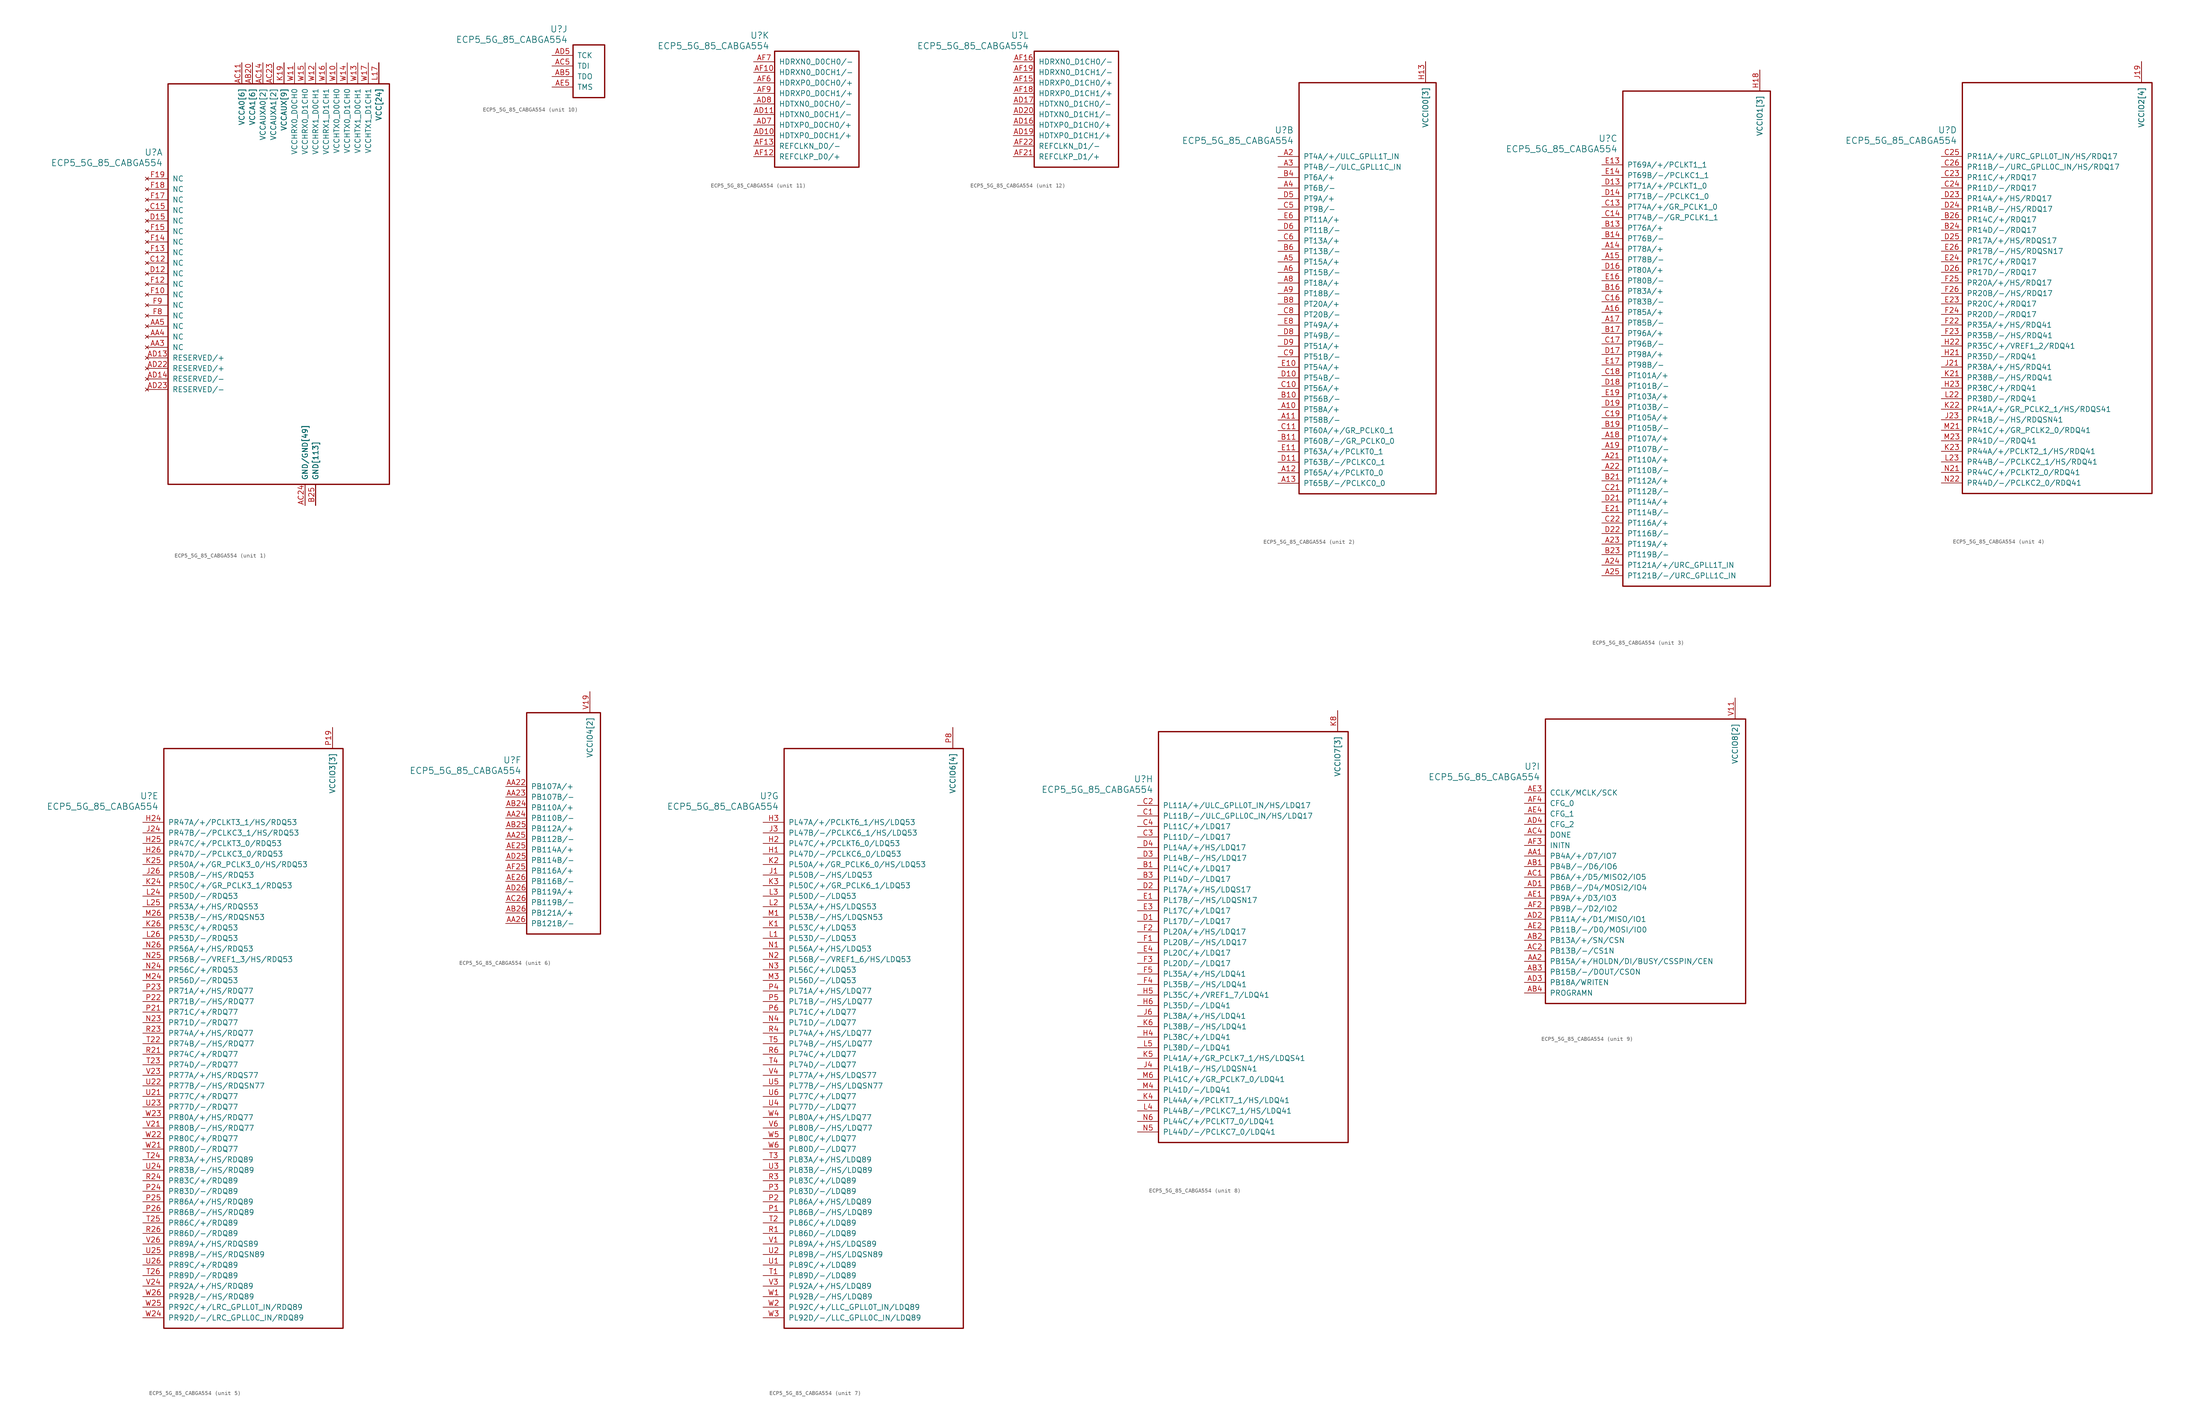
<source format=kicad_sym>
(kicad_symbol_lib
  (version 20241209)
  (generator "kicad_symbol_editor")
  (generator_version "9.0")
  (symbol "ECP5_5G_85_CABGA554"
    (pin_names
      (offset 1.016))
    (property "Reference" "U"
      (at 3.81 6.35 0)
      (effects (font (size 1.524 1.524)) (justify right)))
    (property "Value" "ECP5_5G_85_CABGA554"
      (at 3.81 3.81 0)
      (effects (font (size 1.524 1.524)) (justify right)))
    (property "ki_locked" ""
      (at 0 0 0)
      (effects (font (size 1.27 1.27))))
    (symbol "ECP5_5G_85_CABGA554_1_1"
      (rectangle (start 5.08 22.86) (end 58.42 -73.66) (stroke (width 0.305) (type solid)) (fill (type none)))
      (pin no_connect line (at 0 0 0) (length 5.08) (name "NC" (effects (font (size 1.27 1.27)))) (number "F19" (effects (font (size 1.27 1.27)))))
      (pin no_connect line (at 0 -2.54 0) (length 5.08) (name "NC" (effects (font (size 1.27 1.27)))) (number "F18" (effects (font (size 1.27 1.27)))))
      (pin no_connect line (at 0 -5.08 0) (length 5.08) (name "NC" (effects (font (size 1.27 1.27)))) (number "F17" (effects (font (size 1.27 1.27)))))
      (pin no_connect line (at 0 -7.62 0) (length 5.08) (name "NC" (effects (font (size 1.27 1.27)))) (number "C15" (effects (font (size 1.27 1.27)))))
      (pin no_connect line (at 0 -10.16 0) (length 5.08) (name "NC" (effects (font (size 1.27 1.27)))) (number "D15" (effects (font (size 1.27 1.27)))))
      (pin no_connect line (at 0 -12.7 0) (length 5.08) (name "NC" (effects (font (size 1.27 1.27)))) (number "F15" (effects (font (size 1.27 1.27)))))
      (pin no_connect line (at 0 -15.24 0) (length 5.08) (name "NC" (effects (font (size 1.27 1.27)))) (number "F14" (effects (font (size 1.27 1.27)))))
      (pin no_connect line (at 0 -17.78 0) (length 5.08) (name "NC" (effects (font (size 1.27 1.27)))) (number "F13" (effects (font (size 1.27 1.27)))))
      (pin no_connect line (at 0 -20.32 0) (length 5.08) (name "NC" (effects (font (size 1.27 1.27)))) (number "C12" (effects (font (size 1.27 1.27)))))
      (pin no_connect line (at 0 -22.86 0) (length 5.08) (name "NC" (effects (font (size 1.27 1.27)))) (number "D12" (effects (font (size 1.27 1.27)))))
      (pin no_connect line (at 0 -25.4 0) (length 5.08) (name "NC" (effects (font (size 1.27 1.27)))) (number "F12" (effects (font (size 1.27 1.27)))))
      (pin no_connect line (at 0 -27.94 0) (length 5.08) (name "NC" (effects (font (size 1.27 1.27)))) (number "F10" (effects (font (size 1.27 1.27)))))
      (pin no_connect line (at 0 -30.48 0) (length 5.08) (name "NC" (effects (font (size 1.27 1.27)))) (number "F9" (effects (font (size 1.27 1.27)))))
      (pin no_connect line (at 0 -33.02 0) (length 5.08) (name "NC" (effects (font (size 1.27 1.27)))) (number "F8" (effects (font (size 1.27 1.27)))))
      (pin no_connect line (at 0 -35.56 0) (length 5.08) (name "NC" (effects (font (size 1.27 1.27)))) (number "AA5" (effects (font (size 1.27 1.27)))))
      (pin no_connect line (at 0 -38.1 0) (length 5.08) (name "NC" (effects (font (size 1.27 1.27)))) (number "AA4" (effects (font (size 1.27 1.27)))))
      (pin no_connect line (at 0 -40.64 0) (length 5.08) (name "NC" (effects (font (size 1.27 1.27)))) (number "AA3" (effects (font (size 1.27 1.27)))))
      (pin no_connect line (at 0 -43.18 0) (length 5.08) (name "RESERVED/+" (effects (font (size 1.27 1.27)))) (number "AD13" (effects (font (size 1.27 1.27)))))
      (pin no_connect line (at 0 -45.72 0) (length 5.08) (name "RESERVED/+" (effects (font (size 1.27 1.27)))) (number "AD22" (effects (font (size 1.27 1.27)))))
      (pin no_connect line (at 0 -48.26 0) (length 5.08) (name "RESERVED/-" (effects (font (size 1.27 1.27)))) (number "AD14" (effects (font (size 1.27 1.27)))))
      (pin no_connect line (at 0 -50.8 0) (length 5.08) (name "RESERVED/-" (effects (font (size 1.27 1.27)))) (number "AD23" (effects (font (size 1.27 1.27)))))
      (pin power_in line (at 22.86 27.94 270) (length 5.08) (name "VCCA0[6]" (effects (font (size 1.27 1.27)))) (number "AB10" (effects (font (size 0 0)))))
      (pin power_in line (at 22.86 27.94 270) (length 5.08) (name "VCCA0[6]" (effects (font (size 1.27 1.27)))) (number "AB7" (effects (font (size 0 0)))))
      (pin power_in line (at 22.86 27.94 270) (length 5.08) (name "VCCA0[6]" (effects (font (size 1.27 1.27)))) (number "AC10" (effects (font (size 0 0)))))
      (pin power_in line (at 22.86 27.94 270) (length 5.08) (name "VCCA0[6]" (effects (font (size 1.27 1.27)))) (number "AC11" (effects (font (size 1.27 1.27)))))
      (pin power_in line (at 22.86 27.94 270) (length 5.08) (name "VCCA0[6]" (effects (font (size 1.27 1.27)))) (number "AC7" (effects (font (size 0 0)))))
      (pin power_in line (at 22.86 27.94 270) (length 5.08) (name "VCCA0[6]" (effects (font (size 1.27 1.27)))) (number "AC8" (effects (font (size 0 0)))))
      (pin power_in line (at 25.4 27.94 270) (length 5.08) (name "VCCA1[6]" (effects (font (size 1.27 1.27)))) (number "AB17" (effects (font (size 0 0)))))
      (pin power_in line (at 25.4 27.94 270) (length 5.08) (name "VCCA1[6]" (effects (font (size 1.27 1.27)))) (number "AB20" (effects (font (size 1.27 1.27)))))
      (pin power_in line (at 25.4 27.94 270) (length 5.08) (name "VCCA1[6]" (effects (font (size 1.27 1.27)))) (number "AC16" (effects (font (size 0 0)))))
      (pin power_in line (at 25.4 27.94 270) (length 5.08) (name "VCCA1[6]" (effects (font (size 1.27 1.27)))) (number "AC17" (effects (font (size 0 0)))))
      (pin power_in line (at 25.4 27.94 270) (length 5.08) (name "VCCA1[6]" (effects (font (size 1.27 1.27)))) (number "AC19" (effects (font (size 0 0)))))
      (pin power_in line (at 25.4 27.94 270) (length 5.08) (name "VCCA1[6]" (effects (font (size 1.27 1.27)))) (number "AC20" (effects (font (size 0 0)))))
      (pin power_in line (at 27.94 27.94 270) (length 5.08) (name "VCCAUXA0[2]" (effects (font (size 1.27 1.27)))) (number "AC13" (effects (font (size 0 0)))))
      (pin power_in line (at 27.94 27.94 270) (length 5.08) (name "VCCAUXA0[2]" (effects (font (size 1.27 1.27)))) (number "AC14" (effects (font (size 1.27 1.27)))))
      (pin power_in line (at 30.48 27.94 270) (length 5.08) (name "VCCAUXA1[2]" (effects (font (size 1.27 1.27)))) (number "AC22" (effects (font (size 0 0)))))
      (pin power_in line (at 30.48 27.94 270) (length 5.08) (name "VCCAUXA1[2]" (effects (font (size 1.27 1.27)))) (number "AC23" (effects (font (size 1.27 1.27)))))
      (pin power_in line (at 33.02 27.94 270) (length 5.08) (name "VCCAUX[9]" (effects (font (size 1.27 1.27)))) (number "H11" (effects (font (size 0 0)))))
      (pin power_in line (at 33.02 27.94 270) (length 5.08) (name "VCCAUX[9]" (effects (font (size 1.27 1.27)))) (number "H14" (effects (font (size 0 0)))))
      (pin power_in line (at 33.02 27.94 270) (length 5.08) (name "VCCAUX[9]" (effects (font (size 1.27 1.27)))) (number "H17" (effects (font (size 0 0)))))
      (pin power_in line (at 33.02 27.94 270) (length 5.08) (name "VCCAUX[9]" (effects (font (size 1.27 1.27)))) (number "K19" (effects (font (size 1.27 1.27)))))
      (pin power_in line (at 33.02 27.94 270) (length 5.08) (name "VCCAUX[9]" (effects (font (size 1.27 1.27)))) (number "L8" (effects (font (size 0 0)))))
      (pin power_in line (at 33.02 27.94 270) (length 5.08) (name "VCCAUX[9]" (effects (font (size 1.27 1.27)))) (number "T19" (effects (font (size 0 0)))))
      (pin power_in line (at 33.02 27.94 270) (length 5.08) (name "VCCAUX[9]" (effects (font (size 1.27 1.27)))) (number "T8" (effects (font (size 0 0)))))
      (pin power_in line (at 33.02 27.94 270) (length 5.08) (name "VCCAUX[9]" (effects (font (size 1.27 1.27)))) (number "W19" (effects (font (size 0 0)))))
      (pin power_in line (at 33.02 27.94 270) (length 5.08) (name "VCCAUX[9]" (effects (font (size 1.27 1.27)))) (number "W8" (effects (font (size 0 0)))))
      (pin power_in line (at 35.56 27.94 270) (length 5.08) (name "VCCHRX0_D0CH0" (effects (font (size 1.27 1.27)))) (number "W11" (effects (font (size 1.27 1.27)))))
      (pin power_in line (at 38.1 27.94 270) (length 5.08) (name "VCCHRX0_D1CH0" (effects (font (size 1.27 1.27)))) (number "W15" (effects (font (size 1.27 1.27)))))
      (pin power_in line (at 38.1 -78.74 90) (length 5.08) (name "GND/GND[49]" (effects (font (size 1.27 1.27)))) (number "AA10" (effects (font (size 0 0)))))
      (pin power_in line (at 38.1 -78.74 90) (length 5.08) (name "GND/GND[49]" (effects (font (size 1.27 1.27)))) (number "AA12" (effects (font (size 0 0)))))
      (pin power_in line (at 38.1 -78.74 90) (length 5.08) (name "GND/GND[49]" (effects (font (size 1.27 1.27)))) (number "AA13" (effects (font (size 0 0)))))
      (pin power_in line (at 38.1 -78.74 90) (length 5.08) (name "GND/GND[49]" (effects (font (size 1.27 1.27)))) (number "AA14" (effects (font (size 0 0)))))
      (pin power_in line (at 38.1 -78.74 90) (length 5.08) (name "GND/GND[49]" (effects (font (size 1.27 1.27)))) (number "AA15" (effects (font (size 0 0)))))
      (pin power_in line (at 38.1 -78.74 90) (length 5.08) (name "GND/GND[49]" (effects (font (size 1.27 1.27)))) (number "AA17" (effects (font (size 0 0)))))
      (pin power_in line (at 38.1 -78.74 90) (length 5.08) (name "GND/GND[49]" (effects (font (size 1.27 1.27)))) (number "AA18" (effects (font (size 0 0)))))
      (pin power_in line (at 38.1 -78.74 90) (length 5.08) (name "GND/GND[49]" (effects (font (size 1.27 1.27)))) (number "AA20" (effects (font (size 0 0)))))
      (pin power_in line (at 38.1 -78.74 90) (length 5.08) (name "GND/GND[49]" (effects (font (size 1.27 1.27)))) (number "AA7" (effects (font (size 0 0)))))
      (pin power_in line (at 38.1 -78.74 90) (length 5.08) (name "GND/GND[49]" (effects (font (size 1.27 1.27)))) (number "AA9" (effects (font (size 0 0)))))
      (pin power_in line (at 38.1 -78.74 90) (length 5.08) (name "GND/GND[49]" (effects (font (size 1.27 1.27)))) (number "AB12" (effects (font (size 0 0)))))
      (pin power_in line (at 38.1 -78.74 90) (length 5.08) (name "GND/GND[49]" (effects (font (size 1.27 1.27)))) (number "AB13" (effects (font (size 0 0)))))
      (pin power_in line (at 38.1 -78.74 90) (length 5.08) (name "GND/GND[49]" (effects (font (size 1.27 1.27)))) (number "AB14" (effects (font (size 0 0)))))
      (pin power_in line (at 38.1 -78.74 90) (length 5.08) (name "GND/GND[49]" (effects (font (size 1.27 1.27)))) (number "AB15" (effects (font (size 0 0)))))
      (pin power_in line (at 38.1 -78.74 90) (length 5.08) (name "GND/GND[49]" (effects (font (size 1.27 1.27)))) (number "AB18" (effects (font (size 0 0)))))
      (pin power_in line (at 38.1 -78.74 90) (length 5.08) (name "GND/GND[49]" (effects (font (size 1.27 1.27)))) (number "AB21" (effects (font (size 0 0)))))
      (pin power_in line (at 38.1 -78.74 90) (length 5.08) (name "GND/GND[49]" (effects (font (size 1.27 1.27)))) (number "AB22" (effects (font (size 0 0)))))
      (pin power_in line (at 38.1 -78.74 90) (length 5.08) (name "GND/GND[49]" (effects (font (size 1.27 1.27)))) (number "AB23" (effects (font (size 0 0)))))
      (pin power_in line (at 38.1 -78.74 90) (length 5.08) (name "GND/GND[49]" (effects (font (size 1.27 1.27)))) (number "AB6" (effects (font (size 0 0)))))
      (pin power_in line (at 38.1 -78.74 90) (length 5.08) (name "GND/GND[49]" (effects (font (size 1.27 1.27)))) (number "AB9" (effects (font (size 0 0)))))
      (pin power_in line (at 38.1 -78.74 90) (length 5.08) (name "GND/GND[49]" (effects (font (size 1.27 1.27)))) (number "AC12" (effects (font (size 0 0)))))
      (pin power_in line (at 38.1 -78.74 90) (length 5.08) (name "GND/GND[49]" (effects (font (size 1.27 1.27)))) (number "AC15" (effects (font (size 0 0)))))
      (pin power_in line (at 38.1 -78.74 90) (length 5.08) (name "GND/GND[49]" (effects (font (size 1.27 1.27)))) (number "AC18" (effects (font (size 0 0)))))
      (pin power_in line (at 38.1 -78.74 90) (length 5.08) (name "GND/GND[49]" (effects (font (size 1.27 1.27)))) (number "AC21" (effects (font (size 0 0)))))
      (pin power_in line (at 38.1 -78.74 90) (length 5.08) (name "GND/GND[49]" (effects (font (size 1.27 1.27)))) (number "AC24" (effects (font (size 1.27 1.27)))))
      (pin power_in line (at 38.1 -78.74 90) (length 5.08) (name "GND/GND[49]" (effects (font (size 1.27 1.27)))) (number "AC6" (effects (font (size 0 0)))))
      (pin power_in line (at 38.1 -78.74 90) (length 5.08) (name "GND/GND[49]" (effects (font (size 1.27 1.27)))) (number "AC9" (effects (font (size 0 0)))))
      (pin power_in line (at 38.1 -78.74 90) (length 5.08) (name "GND/GND[49]" (effects (font (size 1.27 1.27)))) (number "AD12" (effects (font (size 0 0)))))
      (pin power_in line (at 38.1 -78.74 90) (length 5.08) (name "GND/GND[49]" (effects (font (size 1.27 1.27)))) (number "AD15" (effects (font (size 0 0)))))
      (pin power_in line (at 38.1 -78.74 90) (length 5.08) (name "GND/GND[49]" (effects (font (size 1.27 1.27)))) (number "AD18" (effects (font (size 0 0)))))
      (pin power_in line (at 38.1 -78.74 90) (length 5.08) (name "GND/GND[49]" (effects (font (size 1.27 1.27)))) (number "AD21" (effects (font (size 0 0)))))
      (pin power_in line (at 38.1 -78.74 90) (length 5.08) (name "GND/GND[49]" (effects (font (size 1.27 1.27)))) (number "AD24" (effects (font (size 0 0)))))
      (pin power_in line (at 38.1 -78.74 90) (length 5.08) (name "GND/GND[49]" (effects (font (size 1.27 1.27)))) (number "AD6" (effects (font (size 0 0)))))
      (pin power_in line (at 38.1 -78.74 90) (length 5.08) (name "GND/GND[49]" (effects (font (size 1.27 1.27)))) (number "AD9" (effects (font (size 0 0)))))
      (pin power_in line (at 38.1 -78.74 90) (length 5.08) (name "GND/GND[49]" (effects (font (size 1.27 1.27)))) (number "AE10" (effects (font (size 0 0)))))
      (pin power_in line (at 38.1 -78.74 90) (length 5.08) (name "GND/GND[49]" (effects (font (size 1.27 1.27)))) (number "AE12" (effects (font (size 0 0)))))
      (pin power_in line (at 38.1 -78.74 90) (length 5.08) (name "GND/GND[49]" (effects (font (size 1.27 1.27)))) (number "AE13" (effects (font (size 0 0)))))
      (pin power_in line (at 38.1 -78.74 90) (length 5.08) (name "GND/GND[49]" (effects (font (size 1.27 1.27)))) (number "AE15" (effects (font (size 0 0)))))
      (pin power_in line (at 38.1 -78.74 90) (length 5.08) (name "GND/GND[49]" (effects (font (size 1.27 1.27)))) (number "AE16" (effects (font (size 0 0)))))
      (pin power_in line (at 38.1 -78.74 90) (length 5.08) (name "GND/GND[49]" (effects (font (size 1.27 1.27)))) (number "AE18" (effects (font (size 0 0)))))
      (pin power_in line (at 38.1 -78.74 90) (length 5.08) (name "GND/GND[49]" (effects (font (size 1.27 1.27)))) (number "AE19" (effects (font (size 0 0)))))
      (pin power_in line (at 38.1 -78.74 90) (length 5.08) (name "GND/GND[49]" (effects (font (size 1.27 1.27)))) (number "AE21" (effects (font (size 0 0)))))
      (pin power_in line (at 38.1 -78.74 90) (length 5.08) (name "GND/GND[49]" (effects (font (size 1.27 1.27)))) (number "AE22" (effects (font (size 0 0)))))
      (pin power_in line (at 38.1 -78.74 90) (length 5.08) (name "GND/GND[49]" (effects (font (size 1.27 1.27)))) (number "AE24" (effects (font (size 0 0)))))
      (pin power_in line (at 38.1 -78.74 90) (length 5.08) (name "GND/GND[49]" (effects (font (size 1.27 1.27)))) (number "AE6" (effects (font (size 0 0)))))
      (pin power_in line (at 38.1 -78.74 90) (length 5.08) (name "GND/GND[49]" (effects (font (size 1.27 1.27)))) (number "AE7" (effects (font (size 0 0)))))
      (pin power_in line (at 38.1 -78.74 90) (length 5.08) (name "GND/GND[49]" (effects (font (size 1.27 1.27)))) (number "AE9" (effects (font (size 0 0)))))
      (pin power_in line (at 38.1 -78.74 90) (length 5.08) (name "GND/GND[49]" (effects (font (size 1.27 1.27)))) (number "AF24" (effects (font (size 0 0)))))
      (pin power_in line (at 38.1 -78.74 90) (length 5.08) (name "GND/GND[49]" (effects (font (size 1.27 1.27)))) (number "AF5" (effects (font (size 0 0)))))
      (pin power_in line (at 40.64 27.94 270) (length 5.08) (name "VCCHRX1_D0CH1" (effects (font (size 1.27 1.27)))) (number "W12" (effects (font (size 1.27 1.27)))))
      (pin power_in line (at 40.64 -78.74 90) (length 5.08) (name "GND[113]" (effects (font (size 1.27 1.27)))) (number "AC25" (effects (font (size 0 0)))))
      (pin power_in line (at 40.64 -78.74 90) (length 5.08) (name "GND[113]" (effects (font (size 1.27 1.27)))) (number "AC3" (effects (font (size 0 0)))))
      (pin power_in line (at 40.64 -78.74 90) (length 5.08) (name "GND[113]" (effects (font (size 1.27 1.27)))) (number "B12" (effects (font (size 0 0)))))
      (pin power_in line (at 40.64 -78.74 90) (length 5.08) (name "GND[113]" (effects (font (size 1.27 1.27)))) (number "B15" (effects (font (size 0 0)))))
      (pin power_in line (at 40.64 -78.74 90) (length 5.08) (name "GND[113]" (effects (font (size 1.27 1.27)))) (number "B18" (effects (font (size 0 0)))))
      (pin power_in line (at 40.64 -78.74 90) (length 5.08) (name "GND[113]" (effects (font (size 1.27 1.27)))) (number "B2" (effects (font (size 0 0)))))
      (pin power_in line (at 40.64 -78.74 90) (length 5.08) (name "GND[113]" (effects (font (size 1.27 1.27)))) (number "B22" (effects (font (size 0 0)))))
      (pin power_in line (at 40.64 -78.74 90) (length 5.08) (name "GND[113]" (effects (font (size 1.27 1.27)))) (number "B25" (effects (font (size 1.27 1.27)))))
      (pin power_in line (at 40.64 -78.74 90) (length 5.08) (name "GND[113]" (effects (font (size 1.27 1.27)))) (number "B5" (effects (font (size 0 0)))))
      (pin power_in line (at 40.64 -78.74 90) (length 5.08) (name "GND[113]" (effects (font (size 1.27 1.27)))) (number "B9" (effects (font (size 0 0)))))
      (pin power_in line (at 40.64 -78.74 90) (length 5.08) (name "GND[113]" (effects (font (size 1.27 1.27)))) (number "E12" (effects (font (size 0 0)))))
      (pin power_in line (at 40.64 -78.74 90) (length 5.08) (name "GND[113]" (effects (font (size 1.27 1.27)))) (number "E15" (effects (font (size 0 0)))))
      (pin power_in line (at 40.64 -78.74 90) (length 5.08) (name "GND[113]" (effects (font (size 1.27 1.27)))) (number "E18" (effects (font (size 0 0)))))
      (pin power_in line (at 40.64 -78.74 90) (length 5.08) (name "GND[113]" (effects (font (size 1.27 1.27)))) (number "E2" (effects (font (size 0 0)))))
      (pin power_in line (at 40.64 -78.74 90) (length 5.08) (name "GND[113]" (effects (font (size 1.27 1.27)))) (number "E22" (effects (font (size 0 0)))))
      (pin power_in line (at 40.64 -78.74 90) (length 5.08) (name "GND[113]" (effects (font (size 1.27 1.27)))) (number "E25" (effects (font (size 0 0)))))
      (pin power_in line (at 40.64 -78.74 90) (length 5.08) (name "GND[113]" (effects (font (size 1.27 1.27)))) (number "E5" (effects (font (size 0 0)))))
      (pin power_in line (at 40.64 -78.74 90) (length 5.08) (name "GND[113]" (effects (font (size 1.27 1.27)))) (number "E9" (effects (font (size 0 0)))))
      (pin power_in line (at 40.64 -78.74 90) (length 5.08) (name "GND[113]" (effects (font (size 1.27 1.27)))) (number "H19" (effects (font (size 0 0)))))
      (pin power_in line (at 40.64 -78.74 90) (length 5.08) (name "GND[113]" (effects (font (size 1.27 1.27)))) (number "H8" (effects (font (size 0 0)))))
      (pin power_in line (at 40.64 -78.74 90) (length 5.08) (name "GND[113]" (effects (font (size 1.27 1.27)))) (number "H9" (effects (font (size 0 0)))))
      (pin power_in line (at 40.64 -78.74 90) (length 5.08) (name "GND[113]" (effects (font (size 1.27 1.27)))) (number "J10" (effects (font (size 0 0)))))
      (pin power_in line (at 40.64 -78.74 90) (length 5.08) (name "GND[113]" (effects (font (size 1.27 1.27)))) (number "J11" (effects (font (size 0 0)))))
      (pin power_in line (at 40.64 -78.74 90) (length 5.08) (name "GND[113]" (effects (font (size 1.27 1.27)))) (number "J12" (effects (font (size 0 0)))))
      (pin power_in line (at 40.64 -78.74 90) (length 5.08) (name "GND[113]" (effects (font (size 1.27 1.27)))) (number "J13" (effects (font (size 0 0)))))
      (pin power_in line (at 40.64 -78.74 90) (length 5.08) (name "GND[113]" (effects (font (size 1.27 1.27)))) (number "J14" (effects (font (size 0 0)))))
      (pin power_in line (at 40.64 -78.74 90) (length 5.08) (name "GND[113]" (effects (font (size 1.27 1.27)))) (number "J15" (effects (font (size 0 0)))))
      (pin power_in line (at 40.64 -78.74 90) (length 5.08) (name "GND[113]" (effects (font (size 1.27 1.27)))) (number "J16" (effects (font (size 0 0)))))
      (pin power_in line (at 40.64 -78.74 90) (length 5.08) (name "GND[113]" (effects (font (size 1.27 1.27)))) (number "J17" (effects (font (size 0 0)))))
      (pin power_in line (at 40.64 -78.74 90) (length 5.08) (name "GND[113]" (effects (font (size 1.27 1.27)))) (number "J18" (effects (font (size 0 0)))))
      (pin power_in line (at 40.64 -78.74 90) (length 5.08) (name "GND[113]" (effects (font (size 1.27 1.27)))) (number "J2" (effects (font (size 0 0)))))
      (pin power_in line (at 40.64 -78.74 90) (length 5.08) (name "GND[113]" (effects (font (size 1.27 1.27)))) (number "J22" (effects (font (size 0 0)))))
      (pin power_in line (at 40.64 -78.74 90) (length 5.08) (name "GND[113]" (effects (font (size 1.27 1.27)))) (number "J25" (effects (font (size 0 0)))))
      (pin power_in line (at 40.64 -78.74 90) (length 5.08) (name "GND[113]" (effects (font (size 1.27 1.27)))) (number "J5" (effects (font (size 0 0)))))
      (pin power_in line (at 40.64 -78.74 90) (length 5.08) (name "GND[113]" (effects (font (size 1.27 1.27)))) (number "J8" (effects (font (size 0 0)))))
      (pin power_in line (at 40.64 -78.74 90) (length 5.08) (name "GND[113]" (effects (font (size 1.27 1.27)))) (number "J9" (effects (font (size 0 0)))))
      (pin power_in line (at 40.64 -78.74 90) (length 5.08) (name "GND[113]" (effects (font (size 1.27 1.27)))) (number "K10" (effects (font (size 0 0)))))
      (pin power_in line (at 40.64 -78.74 90) (length 5.08) (name "GND[113]" (effects (font (size 1.27 1.27)))) (number "K17" (effects (font (size 0 0)))))
      (pin power_in line (at 40.64 -78.74 90) (length 5.08) (name "GND[113]" (effects (font (size 1.27 1.27)))) (number "K18" (effects (font (size 0 0)))))
      (pin power_in line (at 40.64 -78.74 90) (length 5.08) (name "GND[113]" (effects (font (size 1.27 1.27)))) (number "K9" (effects (font (size 0 0)))))
      (pin power_in line (at 40.64 -78.74 90) (length 5.08) (name "GND[113]" (effects (font (size 1.27 1.27)))) (number "L11" (effects (font (size 0 0)))))
      (pin power_in line (at 40.64 -78.74 90) (length 5.08) (name "GND[113]" (effects (font (size 1.27 1.27)))) (number "L12" (effects (font (size 0 0)))))
      (pin power_in line (at 40.64 -78.74 90) (length 5.08) (name "GND[113]" (effects (font (size 1.27 1.27)))) (number "L13" (effects (font (size 0 0)))))
      (pin power_in line (at 40.64 -78.74 90) (length 5.08) (name "GND[113]" (effects (font (size 1.27 1.27)))) (number "L14" (effects (font (size 0 0)))))
      (pin power_in line (at 40.64 -78.74 90) (length 5.08) (name "GND[113]" (effects (font (size 1.27 1.27)))) (number "L15" (effects (font (size 0 0)))))
      (pin power_in line (at 40.64 -78.74 90) (length 5.08) (name "GND[113]" (effects (font (size 1.27 1.27)))) (number "L16" (effects (font (size 0 0)))))
      (pin power_in line (at 40.64 -78.74 90) (length 5.08) (name "GND[113]" (effects (font (size 1.27 1.27)))) (number "L18" (effects (font (size 0 0)))))
      (pin power_in line (at 40.64 -78.74 90) (length 5.08) (name "GND[113]" (effects (font (size 1.27 1.27)))) (number "L9" (effects (font (size 0 0)))))
      (pin power_in line (at 40.64 -78.74 90) (length 5.08) (name "GND[113]" (effects (font (size 1.27 1.27)))) (number "M11" (effects (font (size 0 0)))))
      (pin power_in line (at 40.64 -78.74 90) (length 5.08) (name "GND[113]" (effects (font (size 1.27 1.27)))) (number "M12" (effects (font (size 0 0)))))
      (pin power_in line (at 40.64 -78.74 90) (length 5.08) (name "GND[113]" (effects (font (size 1.27 1.27)))) (number "M13" (effects (font (size 0 0)))))
      (pin power_in line (at 40.64 -78.74 90) (length 5.08) (name "GND[113]" (effects (font (size 1.27 1.27)))) (number "M14" (effects (font (size 0 0)))))
      (pin power_in line (at 40.64 -78.74 90) (length 5.08) (name "GND[113]" (effects (font (size 1.27 1.27)))) (number "M15" (effects (font (size 0 0)))))
      (pin power_in line (at 40.64 -78.74 90) (length 5.08) (name "GND[113]" (effects (font (size 1.27 1.27)))) (number "M16" (effects (font (size 0 0)))))
      (pin power_in line (at 40.64 -78.74 90) (length 5.08) (name "GND[113]" (effects (font (size 1.27 1.27)))) (number "M18" (effects (font (size 0 0)))))
      (pin power_in line (at 40.64 -78.74 90) (length 5.08) (name "GND[113]" (effects (font (size 1.27 1.27)))) (number "M2" (effects (font (size 0 0)))))
      (pin power_in line (at 40.64 -78.74 90) (length 5.08) (name "GND[113]" (effects (font (size 1.27 1.27)))) (number "M22" (effects (font (size 0 0)))))
      (pin power_in line (at 40.64 -78.74 90) (length 5.08) (name "GND[113]" (effects (font (size 1.27 1.27)))) (number "M25" (effects (font (size 0 0)))))
      (pin power_in line (at 40.64 -78.74 90) (length 5.08) (name "GND[113]" (effects (font (size 1.27 1.27)))) (number "M5" (effects (font (size 0 0)))))
      (pin power_in line (at 40.64 -78.74 90) (length 5.08) (name "GND[113]" (effects (font (size 1.27 1.27)))) (number "M9" (effects (font (size 0 0)))))
      (pin power_in line (at 40.64 -78.74 90) (length 5.08) (name "GND[113]" (effects (font (size 1.27 1.27)))) (number "N11" (effects (font (size 0 0)))))
      (pin power_in line (at 40.64 -78.74 90) (length 5.08) (name "GND[113]" (effects (font (size 1.27 1.27)))) (number "N12" (effects (font (size 0 0)))))
      (pin power_in line (at 40.64 -78.74 90) (length 5.08) (name "GND[113]" (effects (font (size 1.27 1.27)))) (number "N13" (effects (font (size 0 0)))))
      (pin power_in line (at 40.64 -78.74 90) (length 5.08) (name "GND[113]" (effects (font (size 1.27 1.27)))) (number "N14" (effects (font (size 0 0)))))
      (pin power_in line (at 40.64 -78.74 90) (length 5.08) (name "GND[113]" (effects (font (size 1.27 1.27)))) (number "N15" (effects (font (size 0 0)))))
      (pin power_in line (at 40.64 -78.74 90) (length 5.08) (name "GND[113]" (effects (font (size 1.27 1.27)))) (number "N16" (effects (font (size 0 0)))))
      (pin power_in line (at 40.64 -78.74 90) (length 5.08) (name "GND[113]" (effects (font (size 1.27 1.27)))) (number "N18" (effects (font (size 0 0)))))
      (pin power_in line (at 40.64 -78.74 90) (length 5.08) (name "GND[113]" (effects (font (size 1.27 1.27)))) (number "N9" (effects (font (size 0 0)))))
      (pin power_in line (at 40.64 -78.74 90) (length 5.08) (name "GND[113]" (effects (font (size 1.27 1.27)))) (number "P11" (effects (font (size 0 0)))))
      (pin power_in line (at 40.64 -78.74 90) (length 5.08) (name "GND[113]" (effects (font (size 1.27 1.27)))) (number "P12" (effects (font (size 0 0)))))
      (pin power_in line (at 40.64 -78.74 90) (length 5.08) (name "GND[113]" (effects (font (size 1.27 1.27)))) (number "P13" (effects (font (size 0 0)))))
      (pin power_in line (at 40.64 -78.74 90) (length 5.08) (name "GND[113]" (effects (font (size 1.27 1.27)))) (number "P14" (effects (font (size 0 0)))))
      (pin power_in line (at 40.64 -78.74 90) (length 5.08) (name "GND[113]" (effects (font (size 1.27 1.27)))) (number "P15" (effects (font (size 0 0)))))
      (pin power_in line (at 40.64 -78.74 90) (length 5.08) (name "GND[113]" (effects (font (size 1.27 1.27)))) (number "P16" (effects (font (size 0 0)))))
      (pin power_in line (at 40.64 -78.74 90) (length 5.08) (name "GND[113]" (effects (font (size 1.27 1.27)))) (number "P18" (effects (font (size 0 0)))))
      (pin power_in line (at 40.64 -78.74 90) (length 5.08) (name "GND[113]" (effects (font (size 1.27 1.27)))) (number "P9" (effects (font (size 0 0)))))
      (pin power_in line (at 40.64 -78.74 90) (length 5.08) (name "GND[113]" (effects (font (size 1.27 1.27)))) (number "R11" (effects (font (size 0 0)))))
      (pin power_in line (at 40.64 -78.74 90) (length 5.08) (name "GND[113]" (effects (font (size 1.27 1.27)))) (number "R12" (effects (font (size 0 0)))))
      (pin power_in line (at 40.64 -78.74 90) (length 5.08) (name "GND[113]" (effects (font (size 1.27 1.27)))) (number "R13" (effects (font (size 0 0)))))
      (pin power_in line (at 40.64 -78.74 90) (length 5.08) (name "GND[113]" (effects (font (size 1.27 1.27)))) (number "R14" (effects (font (size 0 0)))))
      (pin power_in line (at 40.64 -78.74 90) (length 5.08) (name "GND[113]" (effects (font (size 1.27 1.27)))) (number "R15" (effects (font (size 0 0)))))
      (pin power_in line (at 40.64 -78.74 90) (length 5.08) (name "GND[113]" (effects (font (size 1.27 1.27)))) (number "R16" (effects (font (size 0 0)))))
      (pin power_in line (at 40.64 -78.74 90) (length 5.08) (name "GND[113]" (effects (font (size 1.27 1.27)))) (number "R18" (effects (font (size 0 0)))))
      (pin power_in line (at 40.64 -78.74 90) (length 5.08) (name "GND[113]" (effects (font (size 1.27 1.27)))) (number "R2" (effects (font (size 0 0)))))
      (pin power_in line (at 40.64 -78.74 90) (length 5.08) (name "GND[113]" (effects (font (size 1.27 1.27)))) (number "R22" (effects (font (size 0 0)))))
      (pin power_in line (at 40.64 -78.74 90) (length 5.08) (name "GND[113]" (effects (font (size 1.27 1.27)))) (number "R25" (effects (font (size 0 0)))))
      (pin power_in line (at 40.64 -78.74 90) (length 5.08) (name "GND[113]" (effects (font (size 1.27 1.27)))) (number "R5" (effects (font (size 0 0)))))
      (pin power_in line (at 40.64 -78.74 90) (length 5.08) (name "GND[113]" (effects (font (size 1.27 1.27)))) (number "R9" (effects (font (size 0 0)))))
      (pin power_in line (at 40.64 -78.74 90) (length 5.08) (name "GND[113]" (effects (font (size 1.27 1.27)))) (number "T18" (effects (font (size 0 0)))))
      (pin power_in line (at 40.64 -78.74 90) (length 5.08) (name "GND[113]" (effects (font (size 1.27 1.27)))) (number "T9" (effects (font (size 0 0)))))
      (pin power_in line (at 40.64 -78.74 90) (length 5.08) (name "GND[113]" (effects (font (size 1.27 1.27)))) (number "U10" (effects (font (size 0 0)))))
      (pin power_in line (at 40.64 -78.74 90) (length 5.08) (name "GND[113]" (effects (font (size 1.27 1.27)))) (number "U11" (effects (font (size 0 0)))))
      (pin power_in line (at 40.64 -78.74 90) (length 5.08) (name "GND[113]" (effects (font (size 1.27 1.27)))) (number "U12" (effects (font (size 0 0)))))
      (pin power_in line (at 40.64 -78.74 90) (length 5.08) (name "GND[113]" (effects (font (size 1.27 1.27)))) (number "U13" (effects (font (size 0 0)))))
      (pin power_in line (at 40.64 -78.74 90) (length 5.08) (name "GND[113]" (effects (font (size 1.27 1.27)))) (number "U14" (effects (font (size 0 0)))))
      (pin power_in line (at 40.64 -78.74 90) (length 5.08) (name "GND[113]" (effects (font (size 1.27 1.27)))) (number "U15" (effects (font (size 0 0)))))
      (pin power_in line (at 40.64 -78.74 90) (length 5.08) (name "GND[113]" (effects (font (size 1.27 1.27)))) (number "U16" (effects (font (size 0 0)))))
      (pin power_in line (at 40.64 -78.74 90) (length 5.08) (name "GND[113]" (effects (font (size 1.27 1.27)))) (number "U17" (effects (font (size 0 0)))))
      (pin power_in line (at 40.64 -78.74 90) (length 5.08) (name "GND[113]" (effects (font (size 1.27 1.27)))) (number "U18" (effects (font (size 0 0)))))
      (pin power_in line (at 40.64 -78.74 90) (length 5.08) (name "GND[113]" (effects (font (size 1.27 1.27)))) (number "U9" (effects (font (size 0 0)))))
      (pin power_in line (at 40.64 -78.74 90) (length 5.08) (name "GND[113]" (effects (font (size 1.27 1.27)))) (number "V12" (effects (font (size 0 0)))))
      (pin power_in line (at 40.64 -78.74 90) (length 5.08) (name "GND[113]" (effects (font (size 1.27 1.27)))) (number "V13" (effects (font (size 0 0)))))
      (pin power_in line (at 40.64 -78.74 90) (length 5.08) (name "GND[113]" (effects (font (size 1.27 1.27)))) (number "V14" (effects (font (size 0 0)))))
      (pin power_in line (at 40.64 -78.74 90) (length 5.08) (name "GND[113]" (effects (font (size 1.27 1.27)))) (number "V15" (effects (font (size 0 0)))))
      (pin power_in line (at 40.64 -78.74 90) (length 5.08) (name "GND[113]" (effects (font (size 1.27 1.27)))) (number "V16" (effects (font (size 0 0)))))
      (pin power_in line (at 40.64 -78.74 90) (length 5.08) (name "GND[113]" (effects (font (size 1.27 1.27)))) (number "V17" (effects (font (size 0 0)))))
      (pin power_in line (at 40.64 -78.74 90) (length 5.08) (name "GND[113]" (effects (font (size 1.27 1.27)))) (number "V2" (effects (font (size 0 0)))))
      (pin power_in line (at 40.64 -78.74 90) (length 5.08) (name "GND[113]" (effects (font (size 1.27 1.27)))) (number "V22" (effects (font (size 0 0)))))
      (pin power_in line (at 40.64 -78.74 90) (length 5.08) (name "GND[113]" (effects (font (size 1.27 1.27)))) (number "V25" (effects (font (size 0 0)))))
      (pin power_in line (at 40.64 -78.74 90) (length 5.08) (name "GND[113]" (effects (font (size 1.27 1.27)))) (number "V5" (effects (font (size 0 0)))))
      (pin power_in line (at 40.64 -78.74 90) (length 5.08) (name "GND[113]" (effects (font (size 1.27 1.27)))) (number "V9" (effects (font (size 0 0)))))
      (pin power_in line (at 40.64 -78.74 90) (length 5.08) (name "GND[113]" (effects (font (size 1.27 1.27)))) (number "W18" (effects (font (size 0 0)))))
      (pin power_in line (at 40.64 -78.74 90) (length 5.08) (name "GND[113]" (effects (font (size 1.27 1.27)))) (number "W9" (effects (font (size 0 0)))))
      (pin power_in line (at 43.18 27.94 270) (length 5.08) (name "VCCHRX1_D1CH1" (effects (font (size 1.27 1.27)))) (number "W16" (effects (font (size 1.27 1.27)))))
      (pin power_in line (at 45.72 27.94 270) (length 5.08) (name "VCCHTX0_D0CH0" (effects (font (size 1.27 1.27)))) (number "W10" (effects (font (size 1.27 1.27)))))
      (pin power_in line (at 48.26 27.94 270) (length 5.08) (name "VCCHTX0_D1CH0" (effects (font (size 1.27 1.27)))) (number "W14" (effects (font (size 1.27 1.27)))))
      (pin power_in line (at 50.8 27.94 270) (length 5.08) (name "VCCHTX1_D0CH1" (effects (font (size 1.27 1.27)))) (number "W13" (effects (font (size 1.27 1.27)))))
      (pin power_in line (at 53.34 27.94 270) (length 5.08) (name "VCCHTX1_D1CH1" (effects (font (size 1.27 1.27)))) (number "W17" (effects (font (size 1.27 1.27)))))
      (pin power_in line (at 55.88 27.94 270) (length 5.08) (name "VCC[24]" (effects (font (size 1.27 1.27)))) (number "K11" (effects (font (size 0 0)))))
      (pin power_in line (at 55.88 27.94 270) (length 5.08) (name "VCC[24]" (effects (font (size 1.27 1.27)))) (number "K12" (effects (font (size 0 0)))))
      (pin power_in line (at 55.88 27.94 270) (length 5.08) (name "VCC[24]" (effects (font (size 1.27 1.27)))) (number "K13" (effects (font (size 0 0)))))
      (pin power_in line (at 55.88 27.94 270) (length 5.08) (name "VCC[24]" (effects (font (size 1.27 1.27)))) (number "K14" (effects (font (size 0 0)))))
      (pin power_in line (at 55.88 27.94 270) (length 5.08) (name "VCC[24]" (effects (font (size 1.27 1.27)))) (number "K15" (effects (font (size 0 0)))))
      (pin power_in line (at 55.88 27.94 270) (length 5.08) (name "VCC[24]" (effects (font (size 1.27 1.27)))) (number "K16" (effects (font (size 0 0)))))
      (pin power_in line (at 55.88 27.94 270) (length 5.08) (name "VCC[24]" (effects (font (size 1.27 1.27)))) (number "L10" (effects (font (size 0 0)))))
      (pin power_in line (at 55.88 27.94 270) (length 5.08) (name "VCC[24]" (effects (font (size 1.27 1.27)))) (number "L17" (effects (font (size 1.27 1.27)))))
      (pin power_in line (at 55.88 27.94 270) (length 5.08) (name "VCC[24]" (effects (font (size 1.27 1.27)))) (number "M10" (effects (font (size 0 0)))))
      (pin power_in line (at 55.88 27.94 270) (length 5.08) (name "VCC[24]" (effects (font (size 1.27 1.27)))) (number "M17" (effects (font (size 0 0)))))
      (pin power_in line (at 55.88 27.94 270) (length 5.08) (name "VCC[24]" (effects (font (size 1.27 1.27)))) (number "N10" (effects (font (size 0 0)))))
      (pin power_in line (at 55.88 27.94 270) (length 5.08) (name "VCC[24]" (effects (font (size 1.27 1.27)))) (number "N17" (effects (font (size 0 0)))))
      (pin power_in line (at 55.88 27.94 270) (length 5.08) (name "VCC[24]" (effects (font (size 1.27 1.27)))) (number "P10" (effects (font (size 0 0)))))
      (pin power_in line (at 55.88 27.94 270) (length 5.08) (name "VCC[24]" (effects (font (size 1.27 1.27)))) (number "P17" (effects (font (size 0 0)))))
      (pin power_in line (at 55.88 27.94 270) (length 5.08) (name "VCC[24]" (effects (font (size 1.27 1.27)))) (number "R10" (effects (font (size 0 0)))))
      (pin power_in line (at 55.88 27.94 270) (length 5.08) (name "VCC[24]" (effects (font (size 1.27 1.27)))) (number "R17" (effects (font (size 0 0)))))
      (pin power_in line (at 55.88 27.94 270) (length 5.08) (name "VCC[24]" (effects (font (size 1.27 1.27)))) (number "T10" (effects (font (size 0 0)))))
      (pin power_in line (at 55.88 27.94 270) (length 5.08) (name "VCC[24]" (effects (font (size 1.27 1.27)))) (number "T11" (effects (font (size 0 0)))))
      (pin power_in line (at 55.88 27.94 270) (length 5.08) (name "VCC[24]" (effects (font (size 1.27 1.27)))) (number "T12" (effects (font (size 0 0)))))
      (pin power_in line (at 55.88 27.94 270) (length 5.08) (name "VCC[24]" (effects (font (size 1.27 1.27)))) (number "T13" (effects (font (size 0 0)))))
      (pin power_in line (at 55.88 27.94 270) (length 5.08) (name "VCC[24]" (effects (font (size 1.27 1.27)))) (number "T14" (effects (font (size 0 0)))))
      (pin power_in line (at 55.88 27.94 270) (length 5.08) (name "VCC[24]" (effects (font (size 1.27 1.27)))) (number "T15" (effects (font (size 0 0)))))
      (pin power_in line (at 55.88 27.94 270) (length 5.08) (name "VCC[24]" (effects (font (size 1.27 1.27)))) (number "T16" (effects (font (size 0 0)))))
      (pin power_in line (at 55.88 27.94 270) (length 5.08) (name "VCC[24]" (effects (font (size 1.27 1.27)))) (number "T17" (effects (font (size 0 0))))))
    (symbol "ECP5_5G_85_CABGA554_2_1"
      (rectangle (start 5.08 17.78) (end 38.1 -81.28) (stroke (width 0.305) (type solid)) (fill (type none)))
      (pin bidirectional line (at 0 0 0) (length 5.08) (name "PT4A/+/ULC_GPLL1T_IN" (effects (font (size 1.27 1.27)))) (number "A2" (effects (font (size 1.27 1.27)))))
      (pin bidirectional line (at 0 -2.54 0) (length 5.08) (name "PT4B/-/ULC_GPLL1C_IN" (effects (font (size 1.27 1.27)))) (number "A3" (effects (font (size 1.27 1.27)))))
      (pin bidirectional line (at 0 -5.08 0) (length 5.08) (name "PT6A/+" (effects (font (size 1.27 1.27)))) (number "B4" (effects (font (size 1.27 1.27)))))
      (pin bidirectional line (at 0 -7.62 0) (length 5.08) (name "PT6B/-" (effects (font (size 1.27 1.27)))) (number "A4" (effects (font (size 1.27 1.27)))))
      (pin bidirectional line (at 0 -10.16 0) (length 5.08) (name "PT9A/+" (effects (font (size 1.27 1.27)))) (number "D5" (effects (font (size 1.27 1.27)))))
      (pin bidirectional line (at 0 -12.7 0) (length 5.08) (name "PT9B/-" (effects (font (size 1.27 1.27)))) (number "C5" (effects (font (size 1.27 1.27)))))
      (pin bidirectional line (at 0 -15.24 0) (length 5.08) (name "PT11A/+" (effects (font (size 1.27 1.27)))) (number "E6" (effects (font (size 1.27 1.27)))))
      (pin bidirectional line (at 0 -17.78 0) (length 5.08) (name "PT11B/-" (effects (font (size 1.27 1.27)))) (number "D6" (effects (font (size 1.27 1.27)))))
      (pin bidirectional line (at 0 -20.32 0) (length 5.08) (name "PT13A/+" (effects (font (size 1.27 1.27)))) (number "C6" (effects (font (size 1.27 1.27)))))
      (pin bidirectional line (at 0 -22.86 0) (length 5.08) (name "PT13B/-" (effects (font (size 1.27 1.27)))) (number "B6" (effects (font (size 1.27 1.27)))))
      (pin bidirectional line (at 0 -25.4 0) (length 5.08) (name "PT15A/+" (effects (font (size 1.27 1.27)))) (number "A5" (effects (font (size 1.27 1.27)))))
      (pin bidirectional line (at 0 -27.94 0) (length 5.08) (name "PT15B/-" (effects (font (size 1.27 1.27)))) (number "A6" (effects (font (size 1.27 1.27)))))
      (pin bidirectional line (at 0 -30.48 0) (length 5.08) (name "PT18A/+" (effects (font (size 1.27 1.27)))) (number "A8" (effects (font (size 1.27 1.27)))))
      (pin bidirectional line (at 0 -33.02 0) (length 5.08) (name "PT18B/-" (effects (font (size 1.27 1.27)))) (number "A9" (effects (font (size 1.27 1.27)))))
      (pin bidirectional line (at 0 -35.56 0) (length 5.08) (name "PT20A/+" (effects (font (size 1.27 1.27)))) (number "B8" (effects (font (size 1.27 1.27)))))
      (pin bidirectional line (at 0 -38.1 0) (length 5.08) (name "PT20B/-" (effects (font (size 1.27 1.27)))) (number "C8" (effects (font (size 1.27 1.27)))))
      (pin bidirectional line (at 0 -40.64 0) (length 5.08) (name "PT49A/+" (effects (font (size 1.27 1.27)))) (number "E8" (effects (font (size 1.27 1.27)))))
      (pin bidirectional line (at 0 -43.18 0) (length 5.08) (name "PT49B/-" (effects (font (size 1.27 1.27)))) (number "D8" (effects (font (size 1.27 1.27)))))
      (pin bidirectional line (at 0 -45.72 0) (length 5.08) (name "PT51A/+" (effects (font (size 1.27 1.27)))) (number "D9" (effects (font (size 1.27 1.27)))))
      (pin bidirectional line (at 0 -48.26 0) (length 5.08) (name "PT51B/-" (effects (font (size 1.27 1.27)))) (number "C9" (effects (font (size 1.27 1.27)))))
      (pin bidirectional line (at 0 -50.8 0) (length 5.08) (name "PT54A/+" (effects (font (size 1.27 1.27)))) (number "E10" (effects (font (size 1.27 1.27)))))
      (pin bidirectional line (at 0 -53.34 0) (length 5.08) (name "PT54B/-" (effects (font (size 1.27 1.27)))) (number "D10" (effects (font (size 1.27 1.27)))))
      (pin bidirectional line (at 0 -55.88 0) (length 5.08) (name "PT56A/+" (effects (font (size 1.27 1.27)))) (number "C10" (effects (font (size 1.27 1.27)))))
      (pin bidirectional line (at 0 -58.42 0) (length 5.08) (name "PT56B/-" (effects (font (size 1.27 1.27)))) (number "B10" (effects (font (size 1.27 1.27)))))
      (pin bidirectional line (at 0 -60.96 0) (length 5.08) (name "PT58A/+" (effects (font (size 1.27 1.27)))) (number "A10" (effects (font (size 1.27 1.27)))))
      (pin bidirectional line (at 0 -63.5 0) (length 5.08) (name "PT58B/-" (effects (font (size 1.27 1.27)))) (number "A11" (effects (font (size 1.27 1.27)))))
      (pin bidirectional line (at 0 -66.04 0) (length 5.08) (name "PT60A/+/GR_PCLK0_1" (effects (font (size 1.27 1.27)))) (number "C11" (effects (font (size 1.27 1.27)))))
      (pin bidirectional line (at 0 -68.58 0) (length 5.08) (name "PT60B/-/GR_PCLK0_0" (effects (font (size 1.27 1.27)))) (number "B11" (effects (font (size 1.27 1.27)))))
      (pin bidirectional line (at 0 -71.12 0) (length 5.08) (name "PT63A/+/PCLKT0_1" (effects (font (size 1.27 1.27)))) (number "E11" (effects (font (size 1.27 1.27)))))
      (pin bidirectional line (at 0 -73.66 0) (length 5.08) (name "PT63B/-/PCLKC0_1" (effects (font (size 1.27 1.27)))) (number "D11" (effects (font (size 1.27 1.27)))))
      (pin bidirectional line (at 0 -76.2 0) (length 5.08) (name "PT65A/+/PCLKT0_0" (effects (font (size 1.27 1.27)))) (number "A12" (effects (font (size 1.27 1.27)))))
      (pin bidirectional line (at 0 -78.74 0) (length 5.08) (name "PT65B/-/PCLKC0_0" (effects (font (size 1.27 1.27)))) (number "A13" (effects (font (size 1.27 1.27)))))
      (pin power_in line (at 35.56 22.86 270) (length 5.08) (name "VCCIO0[3]" (effects (font (size 1.27 1.27)))) (number "H10" (effects (font (size 0 0)))))
      (pin power_in line (at 35.56 22.86 270) (length 5.08) (name "VCCIO0[3]" (effects (font (size 1.27 1.27)))) (number "H12" (effects (font (size 0 0)))))
      (pin power_in line (at 35.56 22.86 270) (length 5.08) (name "VCCIO0[3]" (effects (font (size 1.27 1.27)))) (number "H13" (effects (font (size 1.27 1.27))))))
    (symbol "ECP5_5G_85_CABGA554_3_1"
      (rectangle (start 5.08 17.78) (end 40.64 -101.6) (stroke (width 0.305) (type solid)) (fill (type none)))
      (pin bidirectional line (at 0 0 0) (length 5.08) (name "PT69A/+/PCLKT1_1" (effects (font (size 1.27 1.27)))) (number "E13" (effects (font (size 1.27 1.27)))))
      (pin bidirectional line (at 0 -2.54 0) (length 5.08) (name "PT69B/-/PCLKC1_1" (effects (font (size 1.27 1.27)))) (number "E14" (effects (font (size 1.27 1.27)))))
      (pin bidirectional line (at 0 -5.08 0) (length 5.08) (name "PT71A/+/PCLKT1_0" (effects (font (size 1.27 1.27)))) (number "D13" (effects (font (size 1.27 1.27)))))
      (pin bidirectional line (at 0 -7.62 0) (length 5.08) (name "PT71B/-/PCLKC1_0" (effects (font (size 1.27 1.27)))) (number "D14" (effects (font (size 1.27 1.27)))))
      (pin bidirectional line (at 0 -10.16 0) (length 5.08) (name "PT74A/+/GR_PCLK1_0" (effects (font (size 1.27 1.27)))) (number "C13" (effects (font (size 1.27 1.27)))))
      (pin bidirectional line (at 0 -12.7 0) (length 5.08) (name "PT74B/-/GR_PCLK1_1" (effects (font (size 1.27 1.27)))) (number "C14" (effects (font (size 1.27 1.27)))))
      (pin bidirectional line (at 0 -15.24 0) (length 5.08) (name "PT76A/+" (effects (font (size 1.27 1.27)))) (number "B13" (effects (font (size 1.27 1.27)))))
      (pin bidirectional line (at 0 -17.78 0) (length 5.08) (name "PT76B/-" (effects (font (size 1.27 1.27)))) (number "B14" (effects (font (size 1.27 1.27)))))
      (pin bidirectional line (at 0 -20.32 0) (length 5.08) (name "PT78A/+" (effects (font (size 1.27 1.27)))) (number "A14" (effects (font (size 1.27 1.27)))))
      (pin bidirectional line (at 0 -22.86 0) (length 5.08) (name "PT78B/-" (effects (font (size 1.27 1.27)))) (number "A15" (effects (font (size 1.27 1.27)))))
      (pin bidirectional line (at 0 -25.4 0) (length 5.08) (name "PT80A/+" (effects (font (size 1.27 1.27)))) (number "D16" (effects (font (size 1.27 1.27)))))
      (pin bidirectional line (at 0 -27.94 0) (length 5.08) (name "PT80B/-" (effects (font (size 1.27 1.27)))) (number "E16" (effects (font (size 1.27 1.27)))))
      (pin bidirectional line (at 0 -30.48 0) (length 5.08) (name "PT83A/+" (effects (font (size 1.27 1.27)))) (number "B16" (effects (font (size 1.27 1.27)))))
      (pin bidirectional line (at 0 -33.02 0) (length 5.08) (name "PT83B/-" (effects (font (size 1.27 1.27)))) (number "C16" (effects (font (size 1.27 1.27)))))
      (pin bidirectional line (at 0 -35.56 0) (length 5.08) (name "PT85A/+" (effects (font (size 1.27 1.27)))) (number "A16" (effects (font (size 1.27 1.27)))))
      (pin bidirectional line (at 0 -38.1 0) (length 5.08) (name "PT85B/-" (effects (font (size 1.27 1.27)))) (number "A17" (effects (font (size 1.27 1.27)))))
      (pin bidirectional line (at 0 -40.64 0) (length 5.08) (name "PT96A/+" (effects (font (size 1.27 1.27)))) (number "B17" (effects (font (size 1.27 1.27)))))
      (pin bidirectional line (at 0 -43.18 0) (length 5.08) (name "PT96B/-" (effects (font (size 1.27 1.27)))) (number "C17" (effects (font (size 1.27 1.27)))))
      (pin bidirectional line (at 0 -45.72 0) (length 5.08) (name "PT98A/+" (effects (font (size 1.27 1.27)))) (number "D17" (effects (font (size 1.27 1.27)))))
      (pin bidirectional line (at 0 -48.26 0) (length 5.08) (name "PT98B/-" (effects (font (size 1.27 1.27)))) (number "E17" (effects (font (size 1.27 1.27)))))
      (pin bidirectional line (at 0 -50.8 0) (length 5.08) (name "PT101A/+" (effects (font (size 1.27 1.27)))) (number "C18" (effects (font (size 1.27 1.27)))))
      (pin bidirectional line (at 0 -53.34 0) (length 5.08) (name "PT101B/-" (effects (font (size 1.27 1.27)))) (number "D18" (effects (font (size 1.27 1.27)))))
      (pin bidirectional line (at 0 -55.88 0) (length 5.08) (name "PT103A/+" (effects (font (size 1.27 1.27)))) (number "E19" (effects (font (size 1.27 1.27)))))
      (pin bidirectional line (at 0 -58.42 0) (length 5.08) (name "PT103B/-" (effects (font (size 1.27 1.27)))) (number "D19" (effects (font (size 1.27 1.27)))))
      (pin bidirectional line (at 0 -60.96 0) (length 5.08) (name "PT105A/+" (effects (font (size 1.27 1.27)))) (number "C19" (effects (font (size 1.27 1.27)))))
      (pin bidirectional line (at 0 -63.5 0) (length 5.08) (name "PT105B/-" (effects (font (size 1.27 1.27)))) (number "B19" (effects (font (size 1.27 1.27)))))
      (pin bidirectional line (at 0 -66.04 0) (length 5.08) (name "PT107A/+" (effects (font (size 1.27 1.27)))) (number "A18" (effects (font (size 1.27 1.27)))))
      (pin bidirectional line (at 0 -68.58 0) (length 5.08) (name "PT107B/-" (effects (font (size 1.27 1.27)))) (number "A19" (effects (font (size 1.27 1.27)))))
      (pin bidirectional line (at 0 -71.12 0) (length 5.08) (name "PT110A/+" (effects (font (size 1.27 1.27)))) (number "A21" (effects (font (size 1.27 1.27)))))
      (pin bidirectional line (at 0 -73.66 0) (length 5.08) (name "PT110B/-" (effects (font (size 1.27 1.27)))) (number "A22" (effects (font (size 1.27 1.27)))))
      (pin bidirectional line (at 0 -76.2 0) (length 5.08) (name "PT112A/+" (effects (font (size 1.27 1.27)))) (number "B21" (effects (font (size 1.27 1.27)))))
      (pin bidirectional line (at 0 -78.74 0) (length 5.08) (name "PT112B/-" (effects (font (size 1.27 1.27)))) (number "C21" (effects (font (size 1.27 1.27)))))
      (pin bidirectional line (at 0 -81.28 0) (length 5.08) (name "PT114A/+" (effects (font (size 1.27 1.27)))) (number "D21" (effects (font (size 1.27 1.27)))))
      (pin bidirectional line (at 0 -83.82 0) (length 5.08) (name "PT114B/-" (effects (font (size 1.27 1.27)))) (number "E21" (effects (font (size 1.27 1.27)))))
      (pin bidirectional line (at 0 -86.36 0) (length 5.08) (name "PT116A/+" (effects (font (size 1.27 1.27)))) (number "C22" (effects (font (size 1.27 1.27)))))
      (pin bidirectional line (at 0 -88.9 0) (length 5.08) (name "PT116B/-" (effects (font (size 1.27 1.27)))) (number "D22" (effects (font (size 1.27 1.27)))))
      (pin bidirectional line (at 0 -91.44 0) (length 5.08) (name "PT119A/+" (effects (font (size 1.27 1.27)))) (number "A23" (effects (font (size 1.27 1.27)))))
      (pin bidirectional line (at 0 -93.98 0) (length 5.08) (name "PT119B/-" (effects (font (size 1.27 1.27)))) (number "B23" (effects (font (size 1.27 1.27)))))
      (pin bidirectional line (at 0 -96.52 0) (length 5.08) (name "PT121A/+/URC_GPLL1T_IN" (effects (font (size 1.27 1.27)))) (number "A24" (effects (font (size 1.27 1.27)))))
      (pin bidirectional line (at 0 -99.06 0) (length 5.08) (name "PT121B/-/URC_GPLL1C_IN" (effects (font (size 1.27 1.27)))) (number "A25" (effects (font (size 1.27 1.27)))))
      (pin power_in line (at 38.1 22.86 270) (length 5.08) (name "VCCIO1[3]" (effects (font (size 1.27 1.27)))) (number "H15" (effects (font (size 0 0)))))
      (pin power_in line (at 38.1 22.86 270) (length 5.08) (name "VCCIO1[3]" (effects (font (size 1.27 1.27)))) (number "H16" (effects (font (size 0 0)))))
      (pin power_in line (at 38.1 22.86 270) (length 5.08) (name "VCCIO1[3]" (effects (font (size 1.27 1.27)))) (number "H18" (effects (font (size 1.27 1.27))))))
    (symbol "ECP5_5G_85_CABGA554_4_1"
      (rectangle (start 5.08 17.78) (end 50.8 -81.28) (stroke (width 0.305) (type solid)) (fill (type none)))
      (pin bidirectional line (at 0 0 0) (length 5.08) (name "PR11A/+/URC_GPLL0T_IN/HS/RDQ17" (effects (font (size 1.27 1.27)))) (number "C25" (effects (font (size 1.27 1.27)))))
      (pin bidirectional line (at 0 -2.54 0) (length 5.08) (name "PR11B/-/URC_GPLL0C_IN/HS/RDQ17" (effects (font (size 1.27 1.27)))) (number "C26" (effects (font (size 1.27 1.27)))))
      (pin bidirectional line (at 0 -5.08 0) (length 5.08) (name "PR11C/+/RDQ17" (effects (font (size 1.27 1.27)))) (number "C23" (effects (font (size 1.27 1.27)))))
      (pin bidirectional line (at 0 -7.62 0) (length 5.08) (name "PR11D/-/RDQ17" (effects (font (size 1.27 1.27)))) (number "C24" (effects (font (size 1.27 1.27)))))
      (pin bidirectional line (at 0 -10.16 0) (length 5.08) (name "PR14A/+/HS/RDQ17" (effects (font (size 1.27 1.27)))) (number "D23" (effects (font (size 1.27 1.27)))))
      (pin bidirectional line (at 0 -12.7 0) (length 5.08) (name "PR14B/-/HS/RDQ17" (effects (font (size 1.27 1.27)))) (number "D24" (effects (font (size 1.27 1.27)))))
      (pin bidirectional line (at 0 -15.24 0) (length 5.08) (name "PR14C/+/RDQ17" (effects (font (size 1.27 1.27)))) (number "B26" (effects (font (size 1.27 1.27)))))
      (pin bidirectional line (at 0 -17.78 0) (length 5.08) (name "PR14D/-/RDQ17" (effects (font (size 1.27 1.27)))) (number "B24" (effects (font (size 1.27 1.27)))))
      (pin bidirectional line (at 0 -20.32 0) (length 5.08) (name "PR17A/+/HS/RDQS17" (effects (font (size 1.27 1.27)))) (number "D25" (effects (font (size 1.27 1.27)))))
      (pin bidirectional line (at 0 -22.86 0) (length 5.08) (name "PR17B/-/HS/RDQSN17" (effects (font (size 1.27 1.27)))) (number "E26" (effects (font (size 1.27 1.27)))))
      (pin bidirectional line (at 0 -25.4 0) (length 5.08) (name "PR17C/+/RDQ17" (effects (font (size 1.27 1.27)))) (number "E24" (effects (font (size 1.27 1.27)))))
      (pin bidirectional line (at 0 -27.94 0) (length 5.08) (name "PR17D/-/RDQ17" (effects (font (size 1.27 1.27)))) (number "D26" (effects (font (size 1.27 1.27)))))
      (pin bidirectional line (at 0 -30.48 0) (length 5.08) (name "PR20A/+/HS/RDQ17" (effects (font (size 1.27 1.27)))) (number "F25" (effects (font (size 1.27 1.27)))))
      (pin bidirectional line (at 0 -33.02 0) (length 5.08) (name "PR20B/-/HS/RDQ17" (effects (font (size 1.27 1.27)))) (number "F26" (effects (font (size 1.27 1.27)))))
      (pin bidirectional line (at 0 -35.56 0) (length 5.08) (name "PR20C/+/RDQ17" (effects (font (size 1.27 1.27)))) (number "E23" (effects (font (size 1.27 1.27)))))
      (pin bidirectional line (at 0 -38.1 0) (length 5.08) (name "PR20D/-/RDQ17" (effects (font (size 1.27 1.27)))) (number "F24" (effects (font (size 1.27 1.27)))))
      (pin bidirectional line (at 0 -40.64 0) (length 5.08) (name "PR35A/+/HS/RDQ41" (effects (font (size 1.27 1.27)))) (number "F22" (effects (font (size 1.27 1.27)))))
      (pin bidirectional line (at 0 -43.18 0) (length 5.08) (name "PR35B/-/HS/RDQ41" (effects (font (size 1.27 1.27)))) (number "F23" (effects (font (size 1.27 1.27)))))
      (pin bidirectional line (at 0 -45.72 0) (length 5.08) (name "PR35C/+/VREF1_2/RDQ41" (effects (font (size 1.27 1.27)))) (number "H22" (effects (font (size 1.27 1.27)))))
      (pin bidirectional line (at 0 -48.26 0) (length 5.08) (name "PR35D/-/RDQ41" (effects (font (size 1.27 1.27)))) (number "H21" (effects (font (size 1.27 1.27)))))
      (pin bidirectional line (at 0 -50.8 0) (length 5.08) (name "PR38A/+/HS/RDQ41" (effects (font (size 1.27 1.27)))) (number "J21" (effects (font (size 1.27 1.27)))))
      (pin bidirectional line (at 0 -53.34 0) (length 5.08) (name "PR38B/-/HS/RDQ41" (effects (font (size 1.27 1.27)))) (number "K21" (effects (font (size 1.27 1.27)))))
      (pin bidirectional line (at 0 -55.88 0) (length 5.08) (name "PR38C/+/RDQ41" (effects (font (size 1.27 1.27)))) (number "H23" (effects (font (size 1.27 1.27)))))
      (pin bidirectional line (at 0 -58.42 0) (length 5.08) (name "PR38D/-/RDQ41" (effects (font (size 1.27 1.27)))) (number "L22" (effects (font (size 1.27 1.27)))))
      (pin bidirectional line (at 0 -60.96 0) (length 5.08) (name "PR41A/+/GR_PCLK2_1/HS/RDQS41" (effects (font (size 1.27 1.27)))) (number "K22" (effects (font (size 1.27 1.27)))))
      (pin bidirectional line (at 0 -63.5 0) (length 5.08) (name "PR41B/-/HS/RDQSN41" (effects (font (size 1.27 1.27)))) (number "J23" (effects (font (size 1.27 1.27)))))
      (pin bidirectional line (at 0 -66.04 0) (length 5.08) (name "PR41C/+/GR_PCLK2_0/RDQ41" (effects (font (size 1.27 1.27)))) (number "M21" (effects (font (size 1.27 1.27)))))
      (pin bidirectional line (at 0 -68.58 0) (length 5.08) (name "PR41D/-/RDQ41" (effects (font (size 1.27 1.27)))) (number "M23" (effects (font (size 1.27 1.27)))))
      (pin bidirectional line (at 0 -71.12 0) (length 5.08) (name "PR44A/+/PCLKT2_1/HS/RDQ41" (effects (font (size 1.27 1.27)))) (number "K23" (effects (font (size 1.27 1.27)))))
      (pin bidirectional line (at 0 -73.66 0) (length 5.08) (name "PR44B/-/PCLKC2_1/HS/RDQ41" (effects (font (size 1.27 1.27)))) (number "L23" (effects (font (size 1.27 1.27)))))
      (pin bidirectional line (at 0 -76.2 0) (length 5.08) (name "PR44C/+/PCLKT2_0/RDQ41" (effects (font (size 1.27 1.27)))) (number "N21" (effects (font (size 1.27 1.27)))))
      (pin bidirectional line (at 0 -78.74 0) (length 5.08) (name "PR44D/-/PCLKC2_0/RDQ41" (effects (font (size 1.27 1.27)))) (number "N22" (effects (font (size 1.27 1.27)))))
      (pin power_in line (at 48.26 22.86 270) (length 5.08) (name "VCCIO2[4]" (effects (font (size 1.27 1.27)))) (number "J19" (effects (font (size 1.27 1.27)))))
      (pin power_in line (at 48.26 22.86 270) (length 5.08) (name "VCCIO2[4]" (effects (font (size 1.27 1.27)))) (number "L19" (effects (font (size 0 0)))))
      (pin power_in line (at 48.26 22.86 270) (length 5.08) (name "VCCIO2[4]" (effects (font (size 1.27 1.27)))) (number "M19" (effects (font (size 0 0)))))
      (pin power_in line (at 48.26 22.86 270) (length 5.08) (name "VCCIO2[4]" (effects (font (size 1.27 1.27)))) (number "N19" (effects (font (size 0 0))))))
    (symbol "ECP5_5G_85_CABGA554_5_1"
      (rectangle (start 5.08 17.78) (end 48.26 -121.92) (stroke (width 0.305) (type solid)) (fill (type none)))
      (pin bidirectional line (at 0 0 0) (length 5.08) (name "PR47A/+/PCLKT3_1/HS/RDQ53" (effects (font (size 1.27 1.27)))) (number "H24" (effects (font (size 1.27 1.27)))))
      (pin bidirectional line (at 0 -2.54 0) (length 5.08) (name "PR47B/-/PCLKC3_1/HS/RDQ53" (effects (font (size 1.27 1.27)))) (number "J24" (effects (font (size 1.27 1.27)))))
      (pin bidirectional line (at 0 -5.08 0) (length 5.08) (name "PR47C/+/PCLKT3_0/RDQ53" (effects (font (size 1.27 1.27)))) (number "H25" (effects (font (size 1.27 1.27)))))
      (pin bidirectional line (at 0 -7.62 0) (length 5.08) (name "PR47D/-/PCLKC3_0/RDQ53" (effects (font (size 1.27 1.27)))) (number "H26" (effects (font (size 1.27 1.27)))))
      (pin bidirectional line (at 0 -10.16 0) (length 5.08) (name "PR50A/+/GR_PCLK3_0/HS/RDQ53" (effects (font (size 1.27 1.27)))) (number "K25" (effects (font (size 1.27 1.27)))))
      (pin bidirectional line (at 0 -12.7 0) (length 5.08) (name "PR50B/-/HS/RDQ53" (effects (font (size 1.27 1.27)))) (number "J26" (effects (font (size 1.27 1.27)))))
      (pin bidirectional line (at 0 -15.24 0) (length 5.08) (name "PR50C/+/GR_PCLK3_1/RDQ53" (effects (font (size 1.27 1.27)))) (number "K24" (effects (font (size 1.27 1.27)))))
      (pin bidirectional line (at 0 -17.78 0) (length 5.08) (name "PR50D/-/RDQ53" (effects (font (size 1.27 1.27)))) (number "L24" (effects (font (size 1.27 1.27)))))
      (pin bidirectional line (at 0 -20.32 0) (length 5.08) (name "PR53A/+/HS/RDQS53" (effects (font (size 1.27 1.27)))) (number "L25" (effects (font (size 1.27 1.27)))))
      (pin bidirectional line (at 0 -22.86 0) (length 5.08) (name "PR53B/-/HS/RDQSN53" (effects (font (size 1.27 1.27)))) (number "M26" (effects (font (size 1.27 1.27)))))
      (pin bidirectional line (at 0 -25.4 0) (length 5.08) (name "PR53C/+/RDQ53" (effects (font (size 1.27 1.27)))) (number "K26" (effects (font (size 1.27 1.27)))))
      (pin bidirectional line (at 0 -27.94 0) (length 5.08) (name "PR53D/-/RDQ53" (effects (font (size 1.27 1.27)))) (number "L26" (effects (font (size 1.27 1.27)))))
      (pin bidirectional line (at 0 -30.48 0) (length 5.08) (name "PR56A/+/HS/RDQ53" (effects (font (size 1.27 1.27)))) (number "N26" (effects (font (size 1.27 1.27)))))
      (pin bidirectional line (at 0 -33.02 0) (length 5.08) (name "PR56B/-/VREF1_3/HS/RDQ53" (effects (font (size 1.27 1.27)))) (number "N25" (effects (font (size 1.27 1.27)))))
      (pin bidirectional line (at 0 -35.56 0) (length 5.08) (name "PR56C/+/RDQ53" (effects (font (size 1.27 1.27)))) (number "N24" (effects (font (size 1.27 1.27)))))
      (pin bidirectional line (at 0 -38.1 0) (length 5.08) (name "PR56D/-/RDQ53" (effects (font (size 1.27 1.27)))) (number "M24" (effects (font (size 1.27 1.27)))))
      (pin bidirectional line (at 0 -40.64 0) (length 5.08) (name "PR71A/+/HS/RDQ77" (effects (font (size 1.27 1.27)))) (number "P23" (effects (font (size 1.27 1.27)))))
      (pin bidirectional line (at 0 -43.18 0) (length 5.08) (name "PR71B/-/HS/RDQ77" (effects (font (size 1.27 1.27)))) (number "P22" (effects (font (size 1.27 1.27)))))
      (pin bidirectional line (at 0 -45.72 0) (length 5.08) (name "PR71C/+/RDQ77" (effects (font (size 1.27 1.27)))) (number "P21" (effects (font (size 1.27 1.27)))))
      (pin bidirectional line (at 0 -48.26 0) (length 5.08) (name "PR71D/-/RDQ77" (effects (font (size 1.27 1.27)))) (number "N23" (effects (font (size 1.27 1.27)))))
      (pin bidirectional line (at 0 -50.8 0) (length 5.08) (name "PR74A/+/HS/RDQ77" (effects (font (size 1.27 1.27)))) (number "R23" (effects (font (size 1.27 1.27)))))
      (pin bidirectional line (at 0 -53.34 0) (length 5.08) (name "PR74B/-/HS/RDQ77" (effects (font (size 1.27 1.27)))) (number "T22" (effects (font (size 1.27 1.27)))))
      (pin bidirectional line (at 0 -55.88 0) (length 5.08) (name "PR74C/+/RDQ77" (effects (font (size 1.27 1.27)))) (number "R21" (effects (font (size 1.27 1.27)))))
      (pin bidirectional line (at 0 -58.42 0) (length 5.08) (name "PR74D/-/RDQ77" (effects (font (size 1.27 1.27)))) (number "T23" (effects (font (size 1.27 1.27)))))
      (pin bidirectional line (at 0 -60.96 0) (length 5.08) (name "PR77A/+/HS/RDQS77" (effects (font (size 1.27 1.27)))) (number "V23" (effects (font (size 1.27 1.27)))))
      (pin bidirectional line (at 0 -63.5 0) (length 5.08) (name "PR77B/-/HS/RDQSN77" (effects (font (size 1.27 1.27)))) (number "U22" (effects (font (size 1.27 1.27)))))
      (pin bidirectional line (at 0 -66.04 0) (length 5.08) (name "PR77C/+/RDQ77" (effects (font (size 1.27 1.27)))) (number "U21" (effects (font (size 1.27 1.27)))))
      (pin bidirectional line (at 0 -68.58 0) (length 5.08) (name "PR77D/-/RDQ77" (effects (font (size 1.27 1.27)))) (number "U23" (effects (font (size 1.27 1.27)))))
      (pin bidirectional line (at 0 -71.12 0) (length 5.08) (name "PR80A/+/HS/RDQ77" (effects (font (size 1.27 1.27)))) (number "W23" (effects (font (size 1.27 1.27)))))
      (pin bidirectional line (at 0 -73.66 0) (length 5.08) (name "PR80B/-/HS/RDQ77" (effects (font (size 1.27 1.27)))) (number "V21" (effects (font (size 1.27 1.27)))))
      (pin bidirectional line (at 0 -76.2 0) (length 5.08) (name "PR80C/+/RDQ77" (effects (font (size 1.27 1.27)))) (number "W22" (effects (font (size 1.27 1.27)))))
      (pin bidirectional line (at 0 -78.74 0) (length 5.08) (name "PR80D/-/RDQ77" (effects (font (size 1.27 1.27)))) (number "W21" (effects (font (size 1.27 1.27)))))
      (pin bidirectional line (at 0 -81.28 0) (length 5.08) (name "PR83A/+/HS/RDQ89" (effects (font (size 1.27 1.27)))) (number "T24" (effects (font (size 1.27 1.27)))))
      (pin bidirectional line (at 0 -83.82 0) (length 5.08) (name "PR83B/-/HS/RDQ89" (effects (font (size 1.27 1.27)))) (number "U24" (effects (font (size 1.27 1.27)))))
      (pin bidirectional line (at 0 -86.36 0) (length 5.08) (name "PR83C/+/RDQ89" (effects (font (size 1.27 1.27)))) (number "R24" (effects (font (size 1.27 1.27)))))
      (pin bidirectional line (at 0 -88.9 0) (length 5.08) (name "PR83D/-/RDQ89" (effects (font (size 1.27 1.27)))) (number "P24" (effects (font (size 1.27 1.27)))))
      (pin bidirectional line (at 0 -91.44 0) (length 5.08) (name "PR86A/+/HS/RDQ89" (effects (font (size 1.27 1.27)))) (number "P25" (effects (font (size 1.27 1.27)))))
      (pin bidirectional line (at 0 -93.98 0) (length 5.08) (name "PR86B/-/HS/RDQ89" (effects (font (size 1.27 1.27)))) (number "P26" (effects (font (size 1.27 1.27)))))
      (pin bidirectional line (at 0 -96.52 0) (length 5.08) (name "PR86C/+/RDQ89" (effects (font (size 1.27 1.27)))) (number "T25" (effects (font (size 1.27 1.27)))))
      (pin bidirectional line (at 0 -99.06 0) (length 5.08) (name "PR86D/-/RDQ89" (effects (font (size 1.27 1.27)))) (number "R26" (effects (font (size 1.27 1.27)))))
      (pin bidirectional line (at 0 -101.6 0) (length 5.08) (name "PR89A/+/HS/RDQS89" (effects (font (size 1.27 1.27)))) (number "V26" (effects (font (size 1.27 1.27)))))
      (pin bidirectional line (at 0 -104.14 0) (length 5.08) (name "PR89B/-/HS/RDQSN89" (effects (font (size 1.27 1.27)))) (number "U25" (effects (font (size 1.27 1.27)))))
      (pin bidirectional line (at 0 -106.68 0) (length 5.08) (name "PR89C/+/RDQ89" (effects (font (size 1.27 1.27)))) (number "U26" (effects (font (size 1.27 1.27)))))
      (pin bidirectional line (at 0 -109.22 0) (length 5.08) (name "PR89D/-/RDQ89" (effects (font (size 1.27 1.27)))) (number "T26" (effects (font (size 1.27 1.27)))))
      (pin bidirectional line (at 0 -111.76 0) (length 5.08) (name "PR92A/+/HS/RDQ89" (effects (font (size 1.27 1.27)))) (number "V24" (effects (font (size 1.27 1.27)))))
      (pin bidirectional line (at 0 -114.3 0) (length 5.08) (name "PR92B/-/HS/RDQ89" (effects (font (size 1.27 1.27)))) (number "W26" (effects (font (size 1.27 1.27)))))
      (pin bidirectional line (at 0 -116.84 0) (length 5.08) (name "PR92C/+/LRC_GPLL0T_IN/RDQ89" (effects (font (size 1.27 1.27)))) (number "W25" (effects (font (size 1.27 1.27)))))
      (pin bidirectional line (at 0 -119.38 0) (length 5.08) (name "PR92D/-/LRC_GPLL0C_IN/RDQ89" (effects (font (size 1.27 1.27)))) (number "W24" (effects (font (size 1.27 1.27)))))
      (pin power_in line (at 45.72 22.86 270) (length 5.08) (name "VCCIO3[3]" (effects (font (size 1.27 1.27)))) (number "P19" (effects (font (size 1.27 1.27)))))
      (pin power_in line (at 45.72 22.86 270) (length 5.08) (name "VCCIO3[3]" (effects (font (size 1.27 1.27)))) (number "R19" (effects (font (size 0 0)))))
      (pin power_in line (at 45.72 22.86 270) (length 5.08) (name "VCCIO3[3]" (effects (font (size 1.27 1.27)))) (number "U19" (effects (font (size 0 0))))))
    (symbol "ECP5_5G_85_CABGA554_6_1"
      (rectangle (start 5.08 17.78) (end 22.86 -35.56) (stroke (width 0.305) (type solid)) (fill (type none)))
      (pin bidirectional line (at 0 0 0) (length 5.08) (name "PB107A/+" (effects (font (size 1.27 1.27)))) (number "AA22" (effects (font (size 1.27 1.27)))))
      (pin bidirectional line (at 0 -2.54 0) (length 5.08) (name "PB107B/-" (effects (font (size 1.27 1.27)))) (number "AA23" (effects (font (size 1.27 1.27)))))
      (pin bidirectional line (at 0 -5.08 0) (length 5.08) (name "PB110A/+" (effects (font (size 1.27 1.27)))) (number "AB24" (effects (font (size 1.27 1.27)))))
      (pin bidirectional line (at 0 -7.62 0) (length 5.08) (name "PB110B/-" (effects (font (size 1.27 1.27)))) (number "AA24" (effects (font (size 1.27 1.27)))))
      (pin bidirectional line (at 0 -10.16 0) (length 5.08) (name "PB112A/+" (effects (font (size 1.27 1.27)))) (number "AB25" (effects (font (size 1.27 1.27)))))
      (pin bidirectional line (at 0 -12.7 0) (length 5.08) (name "PB112B/-" (effects (font (size 1.27 1.27)))) (number "AA25" (effects (font (size 1.27 1.27)))))
      (pin bidirectional line (at 0 -15.24 0) (length 5.08) (name "PB114A/+" (effects (font (size 1.27 1.27)))) (number "AE25" (effects (font (size 1.27 1.27)))))
      (pin bidirectional line (at 0 -17.78 0) (length 5.08) (name "PB114B/-" (effects (font (size 1.27 1.27)))) (number "AD25" (effects (font (size 1.27 1.27)))))
      (pin bidirectional line (at 0 -20.32 0) (length 5.08) (name "PB116A/+" (effects (font (size 1.27 1.27)))) (number "AF25" (effects (font (size 1.27 1.27)))))
      (pin bidirectional line (at 0 -22.86 0) (length 5.08) (name "PB116B/-" (effects (font (size 1.27 1.27)))) (number "AE26" (effects (font (size 1.27 1.27)))))
      (pin bidirectional line (at 0 -25.4 0) (length 5.08) (name "PB119A/+" (effects (font (size 1.27 1.27)))) (number "AD26" (effects (font (size 1.27 1.27)))))
      (pin bidirectional line (at 0 -27.94 0) (length 5.08) (name "PB119B/-" (effects (font (size 1.27 1.27)))) (number "AC26" (effects (font (size 1.27 1.27)))))
      (pin bidirectional line (at 0 -30.48 0) (length 5.08) (name "PB121A/+" (effects (font (size 1.27 1.27)))) (number "AB26" (effects (font (size 1.27 1.27)))))
      (pin bidirectional line (at 0 -33.02 0) (length 5.08) (name "PB121B/-" (effects (font (size 1.27 1.27)))) (number "AA26" (effects (font (size 1.27 1.27)))))
      (pin power_in line (at 20.32 22.86 270) (length 5.08) (name "VCCIO4[2]" (effects (font (size 1.27 1.27)))) (number "V18" (effects (font (size 0 0)))))
      (pin power_in line (at 20.32 22.86 270) (length 5.08) (name "VCCIO4[2]" (effects (font (size 1.27 1.27)))) (number "V19" (effects (font (size 1.27 1.27))))))
    (symbol "ECP5_5G_85_CABGA554_7_1"
      (rectangle (start 5.08 17.78) (end 48.26 -121.92) (stroke (width 0.305) (type solid)) (fill (type none)))
      (pin bidirectional line (at 0 0 0) (length 5.08) (name "PL47A/+/PCLKT6_1/HS/LDQ53" (effects (font (size 1.27 1.27)))) (number "H3" (effects (font (size 1.27 1.27)))))
      (pin bidirectional line (at 0 -2.54 0) (length 5.08) (name "PL47B/-/PCLKC6_1/HS/LDQ53" (effects (font (size 1.27 1.27)))) (number "J3" (effects (font (size 1.27 1.27)))))
      (pin bidirectional line (at 0 -5.08 0) (length 5.08) (name "PL47C/+/PCLKT6_0/LDQ53" (effects (font (size 1.27 1.27)))) (number "H2" (effects (font (size 1.27 1.27)))))
      (pin bidirectional line (at 0 -7.62 0) (length 5.08) (name "PL47D/-/PCLKC6_0/LDQ53" (effects (font (size 1.27 1.27)))) (number "H1" (effects (font (size 1.27 1.27)))))
      (pin bidirectional line (at 0 -10.16 0) (length 5.08) (name "PL50A/+/GR_PCLK6_0/HS/LDQ53" (effects (font (size 1.27 1.27)))) (number "K2" (effects (font (size 1.27 1.27)))))
      (pin bidirectional line (at 0 -12.7 0) (length 5.08) (name "PL50B/-/HS/LDQ53" (effects (font (size 1.27 1.27)))) (number "J1" (effects (font (size 1.27 1.27)))))
      (pin bidirectional line (at 0 -15.24 0) (length 5.08) (name "PL50C/+/GR_PCLK6_1/LDQ53" (effects (font (size 1.27 1.27)))) (number "K3" (effects (font (size 1.27 1.27)))))
      (pin bidirectional line (at 0 -17.78 0) (length 5.08) (name "PL50D/-/LDQ53" (effects (font (size 1.27 1.27)))) (number "L3" (effects (font (size 1.27 1.27)))))
      (pin bidirectional line (at 0 -20.32 0) (length 5.08) (name "PL53A/+/HS/LDQS53" (effects (font (size 1.27 1.27)))) (number "L2" (effects (font (size 1.27 1.27)))))
      (pin bidirectional line (at 0 -22.86 0) (length 5.08) (name "PL53B/-/HS/LDQSN53" (effects (font (size 1.27 1.27)))) (number "M1" (effects (font (size 1.27 1.27)))))
      (pin bidirectional line (at 0 -25.4 0) (length 5.08) (name "PL53C/+/LDQ53" (effects (font (size 1.27 1.27)))) (number "K1" (effects (font (size 1.27 1.27)))))
      (pin bidirectional line (at 0 -27.94 0) (length 5.08) (name "PL53D/-/LDQ53" (effects (font (size 1.27 1.27)))) (number "L1" (effects (font (size 1.27 1.27)))))
      (pin bidirectional line (at 0 -30.48 0) (length 5.08) (name "PL56A/+/HS/LDQ53" (effects (font (size 1.27 1.27)))) (number "N1" (effects (font (size 1.27 1.27)))))
      (pin bidirectional line (at 0 -33.02 0) (length 5.08) (name "PL56B/-/VREF1_6/HS/LDQ53" (effects (font (size 1.27 1.27)))) (number "N2" (effects (font (size 1.27 1.27)))))
      (pin bidirectional line (at 0 -35.56 0) (length 5.08) (name "PL56C/+/LDQ53" (effects (font (size 1.27 1.27)))) (number "N3" (effects (font (size 1.27 1.27)))))
      (pin bidirectional line (at 0 -38.1 0) (length 5.08) (name "PL56D/-/LDQ53" (effects (font (size 1.27 1.27)))) (number "M3" (effects (font (size 1.27 1.27)))))
      (pin bidirectional line (at 0 -40.64 0) (length 5.08) (name "PL71A/+/HS/LDQ77" (effects (font (size 1.27 1.27)))) (number "P4" (effects (font (size 1.27 1.27)))))
      (pin bidirectional line (at 0 -43.18 0) (length 5.08) (name "PL71B/-/HS/LDQ77" (effects (font (size 1.27 1.27)))) (number "P5" (effects (font (size 1.27 1.27)))))
      (pin bidirectional line (at 0 -45.72 0) (length 5.08) (name "PL71C/+/LDQ77" (effects (font (size 1.27 1.27)))) (number "P6" (effects (font (size 1.27 1.27)))))
      (pin bidirectional line (at 0 -48.26 0) (length 5.08) (name "PL71D/-/LDQ77" (effects (font (size 1.27 1.27)))) (number "N4" (effects (font (size 1.27 1.27)))))
      (pin bidirectional line (at 0 -50.8 0) (length 5.08) (name "PL74A/+/HS/LDQ77" (effects (font (size 1.27 1.27)))) (number "R4" (effects (font (size 1.27 1.27)))))
      (pin bidirectional line (at 0 -53.34 0) (length 5.08) (name "PL74B/-/HS/LDQ77" (effects (font (size 1.27 1.27)))) (number "T5" (effects (font (size 1.27 1.27)))))
      (pin bidirectional line (at 0 -55.88 0) (length 5.08) (name "PL74C/+/LDQ77" (effects (font (size 1.27 1.27)))) (number "R6" (effects (font (size 1.27 1.27)))))
      (pin bidirectional line (at 0 -58.42 0) (length 5.08) (name "PL74D/-/LDQ77" (effects (font (size 1.27 1.27)))) (number "T4" (effects (font (size 1.27 1.27)))))
      (pin bidirectional line (at 0 -60.96 0) (length 5.08) (name "PL77A/+/HS/LDQS77" (effects (font (size 1.27 1.27)))) (number "V4" (effects (font (size 1.27 1.27)))))
      (pin bidirectional line (at 0 -63.5 0) (length 5.08) (name "PL77B/-/HS/LDQSN77" (effects (font (size 1.27 1.27)))) (number "U5" (effects (font (size 1.27 1.27)))))
      (pin bidirectional line (at 0 -66.04 0) (length 5.08) (name "PL77C/+/LDQ77" (effects (font (size 1.27 1.27)))) (number "U6" (effects (font (size 1.27 1.27)))))
      (pin bidirectional line (at 0 -68.58 0) (length 5.08) (name "PL77D/-/LDQ77" (effects (font (size 1.27 1.27)))) (number "U4" (effects (font (size 1.27 1.27)))))
      (pin bidirectional line (at 0 -71.12 0) (length 5.08) (name "PL80A/+/HS/LDQ77" (effects (font (size 1.27 1.27)))) (number "W4" (effects (font (size 1.27 1.27)))))
      (pin bidirectional line (at 0 -73.66 0) (length 5.08) (name "PL80B/-/HS/LDQ77" (effects (font (size 1.27 1.27)))) (number "V6" (effects (font (size 1.27 1.27)))))
      (pin bidirectional line (at 0 -76.2 0) (length 5.08) (name "PL80C/+/LDQ77" (effects (font (size 1.27 1.27)))) (number "W5" (effects (font (size 1.27 1.27)))))
      (pin bidirectional line (at 0 -78.74 0) (length 5.08) (name "PL80D/-/LDQ77" (effects (font (size 1.27 1.27)))) (number "W6" (effects (font (size 1.27 1.27)))))
      (pin bidirectional line (at 0 -81.28 0) (length 5.08) (name "PL83A/+/HS/LDQ89" (effects (font (size 1.27 1.27)))) (number "T3" (effects (font (size 1.27 1.27)))))
      (pin bidirectional line (at 0 -83.82 0) (length 5.08) (name "PL83B/-/HS/LDQ89" (effects (font (size 1.27 1.27)))) (number "U3" (effects (font (size 1.27 1.27)))))
      (pin bidirectional line (at 0 -86.36 0) (length 5.08) (name "PL83C/+/LDQ89" (effects (font (size 1.27 1.27)))) (number "R3" (effects (font (size 1.27 1.27)))))
      (pin bidirectional line (at 0 -88.9 0) (length 5.08) (name "PL83D/-/LDQ89" (effects (font (size 1.27 1.27)))) (number "P3" (effects (font (size 1.27 1.27)))))
      (pin bidirectional line (at 0 -91.44 0) (length 5.08) (name "PL86A/+/HS/LDQ89" (effects (font (size 1.27 1.27)))) (number "P2" (effects (font (size 1.27 1.27)))))
      (pin bidirectional line (at 0 -93.98 0) (length 5.08) (name "PL86B/-/HS/LDQ89" (effects (font (size 1.27 1.27)))) (number "P1" (effects (font (size 1.27 1.27)))))
      (pin bidirectional line (at 0 -96.52 0) (length 5.08) (name "PL86C/+/LDQ89" (effects (font (size 1.27 1.27)))) (number "T2" (effects (font (size 1.27 1.27)))))
      (pin bidirectional line (at 0 -99.06 0) (length 5.08) (name "PL86D/-/LDQ89" (effects (font (size 1.27 1.27)))) (number "R1" (effects (font (size 1.27 1.27)))))
      (pin bidirectional line (at 0 -101.6 0) (length 5.08) (name "PL89A/+/HS/LDQS89" (effects (font (size 1.27 1.27)))) (number "V1" (effects (font (size 1.27 1.27)))))
      (pin bidirectional line (at 0 -104.14 0) (length 5.08) (name "PL89B/-/HS/LDQSN89" (effects (font (size 1.27 1.27)))) (number "U2" (effects (font (size 1.27 1.27)))))
      (pin bidirectional line (at 0 -106.68 0) (length 5.08) (name "PL89C/+/LDQ89" (effects (font (size 1.27 1.27)))) (number "U1" (effects (font (size 1.27 1.27)))))
      (pin bidirectional line (at 0 -109.22 0) (length 5.08) (name "PL89D/-/LDQ89" (effects (font (size 1.27 1.27)))) (number "T1" (effects (font (size 1.27 1.27)))))
      (pin bidirectional line (at 0 -111.76 0) (length 5.08) (name "PL92A/+/HS/LDQ89" (effects (font (size 1.27 1.27)))) (number "V3" (effects (font (size 1.27 1.27)))))
      (pin bidirectional line (at 0 -114.3 0) (length 5.08) (name "PL92B/-/HS/LDQ89" (effects (font (size 1.27 1.27)))) (number "W1" (effects (font (size 1.27 1.27)))))
      (pin bidirectional line (at 0 -116.84 0) (length 5.08) (name "PL92C/+/LLC_GPLL0T_IN/LDQ89" (effects (font (size 1.27 1.27)))) (number "W2" (effects (font (size 1.27 1.27)))))
      (pin bidirectional line (at 0 -119.38 0) (length 5.08) (name "PL92D/-/LLC_GPLL0C_IN/LDQ89" (effects (font (size 1.27 1.27)))) (number "W3" (effects (font (size 1.27 1.27)))))
      (pin power_in line (at 45.72 22.86 270) (length 5.08) (name "VCCIO6[4]" (effects (font (size 1.27 1.27)))) (number "P8" (effects (font (size 1.27 1.27)))))
      (pin power_in line (at 45.72 22.86 270) (length 5.08) (name "VCCIO6[4]" (effects (font (size 1.27 1.27)))) (number "R8" (effects (font (size 0 0)))))
      (pin power_in line (at 45.72 22.86 270) (length 5.08) (name "VCCIO6[4]" (effects (font (size 1.27 1.27)))) (number "U8" (effects (font (size 0 0)))))
      (pin power_in line (at 45.72 22.86 270) (length 5.08) (name "VCCIO6[4]" (effects (font (size 1.27 1.27)))) (number "V8" (effects (font (size 0 0))))))
    (symbol "ECP5_5G_85_CABGA554_8_1"
      (rectangle (start 5.08 17.78) (end 50.8 -81.28) (stroke (width 0.305) (type solid)) (fill (type none)))
      (pin bidirectional line (at 0 0 0) (length 5.08) (name "PL11A/+/ULC_GPLL0T_IN/HS/LDQ17" (effects (font (size 1.27 1.27)))) (number "C2" (effects (font (size 1.27 1.27)))))
      (pin bidirectional line (at 0 -2.54 0) (length 5.08) (name "PL11B/-/ULC_GPLL0C_IN/HS/LDQ17" (effects (font (size 1.27 1.27)))) (number "C1" (effects (font (size 1.27 1.27)))))
      (pin bidirectional line (at 0 -5.08 0) (length 5.08) (name "PL11C/+/LDQ17" (effects (font (size 1.27 1.27)))) (number "C4" (effects (font (size 1.27 1.27)))))
      (pin bidirectional line (at 0 -7.62 0) (length 5.08) (name "PL11D/-/LDQ17" (effects (font (size 1.27 1.27)))) (number "C3" (effects (font (size 1.27 1.27)))))
      (pin bidirectional line (at 0 -10.16 0) (length 5.08) (name "PL14A/+/HS/LDQ17" (effects (font (size 1.27 1.27)))) (number "D4" (effects (font (size 1.27 1.27)))))
      (pin bidirectional line (at 0 -12.7 0) (length 5.08) (name "PL14B/-/HS/LDQ17" (effects (font (size 1.27 1.27)))) (number "D3" (effects (font (size 1.27 1.27)))))
      (pin bidirectional line (at 0 -15.24 0) (length 5.08) (name "PL14C/+/LDQ17" (effects (font (size 1.27 1.27)))) (number "B1" (effects (font (size 1.27 1.27)))))
      (pin bidirectional line (at 0 -17.78 0) (length 5.08) (name "PL14D/-/LDQ17" (effects (font (size 1.27 1.27)))) (number "B3" (effects (font (size 1.27 1.27)))))
      (pin bidirectional line (at 0 -20.32 0) (length 5.08) (name "PL17A/+/HS/LDQS17" (effects (font (size 1.27 1.27)))) (number "D2" (effects (font (size 1.27 1.27)))))
      (pin bidirectional line (at 0 -22.86 0) (length 5.08) (name "PL17B/-/HS/LDQSN17" (effects (font (size 1.27 1.27)))) (number "E1" (effects (font (size 1.27 1.27)))))
      (pin bidirectional line (at 0 -25.4 0) (length 5.08) (name "PL17C/+/LDQ17" (effects (font (size 1.27 1.27)))) (number "E3" (effects (font (size 1.27 1.27)))))
      (pin bidirectional line (at 0 -27.94 0) (length 5.08) (name "PL17D/-/LDQ17" (effects (font (size 1.27 1.27)))) (number "D1" (effects (font (size 1.27 1.27)))))
      (pin bidirectional line (at 0 -30.48 0) (length 5.08) (name "PL20A/+/HS/LDQ17" (effects (font (size 1.27 1.27)))) (number "F2" (effects (font (size 1.27 1.27)))))
      (pin bidirectional line (at 0 -33.02 0) (length 5.08) (name "PL20B/-/HS/LDQ17" (effects (font (size 1.27 1.27)))) (number "F1" (effects (font (size 1.27 1.27)))))
      (pin bidirectional line (at 0 -35.56 0) (length 5.08) (name "PL20C/+/LDQ17" (effects (font (size 1.27 1.27)))) (number "E4" (effects (font (size 1.27 1.27)))))
      (pin bidirectional line (at 0 -38.1 0) (length 5.08) (name "PL20D/-/LDQ17" (effects (font (size 1.27 1.27)))) (number "F3" (effects (font (size 1.27 1.27)))))
      (pin bidirectional line (at 0 -40.64 0) (length 5.08) (name "PL35A/+/HS/LDQ41" (effects (font (size 1.27 1.27)))) (number "F5" (effects (font (size 1.27 1.27)))))
      (pin bidirectional line (at 0 -43.18 0) (length 5.08) (name "PL35B/-/HS/LDQ41" (effects (font (size 1.27 1.27)))) (number "F4" (effects (font (size 1.27 1.27)))))
      (pin bidirectional line (at 0 -45.72 0) (length 5.08) (name "PL35C/+/VREF1_7/LDQ41" (effects (font (size 1.27 1.27)))) (number "H5" (effects (font (size 1.27 1.27)))))
      (pin bidirectional line (at 0 -48.26 0) (length 5.08) (name "PL35D/-/LDQ41" (effects (font (size 1.27 1.27)))) (number "H6" (effects (font (size 1.27 1.27)))))
      (pin bidirectional line (at 0 -50.8 0) (length 5.08) (name "PL38A/+/HS/LDQ41" (effects (font (size 1.27 1.27)))) (number "J6" (effects (font (size 1.27 1.27)))))
      (pin bidirectional line (at 0 -53.34 0) (length 5.08) (name "PL38B/-/HS/LDQ41" (effects (font (size 1.27 1.27)))) (number "K6" (effects (font (size 1.27 1.27)))))
      (pin bidirectional line (at 0 -55.88 0) (length 5.08) (name "PL38C/+/LDQ41" (effects (font (size 1.27 1.27)))) (number "H4" (effects (font (size 1.27 1.27)))))
      (pin bidirectional line (at 0 -58.42 0) (length 5.08) (name "PL38D/-/LDQ41" (effects (font (size 1.27 1.27)))) (number "L5" (effects (font (size 1.27 1.27)))))
      (pin bidirectional line (at 0 -60.96 0) (length 5.08) (name "PL41A/+/GR_PCLK7_1/HS/LDQS41" (effects (font (size 1.27 1.27)))) (number "K5" (effects (font (size 1.27 1.27)))))
      (pin bidirectional line (at 0 -63.5 0) (length 5.08) (name "PL41B/-/HS/LDQSN41" (effects (font (size 1.27 1.27)))) (number "J4" (effects (font (size 1.27 1.27)))))
      (pin bidirectional line (at 0 -66.04 0) (length 5.08) (name "PL41C/+/GR_PCLK7_0/LDQ41" (effects (font (size 1.27 1.27)))) (number "M6" (effects (font (size 1.27 1.27)))))
      (pin bidirectional line (at 0 -68.58 0) (length 5.08) (name "PL41D/-/LDQ41" (effects (font (size 1.27 1.27)))) (number "M4" (effects (font (size 1.27 1.27)))))
      (pin bidirectional line (at 0 -71.12 0) (length 5.08) (name "PL44A/+/PCLKT7_1/HS/LDQ41" (effects (font (size 1.27 1.27)))) (number "K4" (effects (font (size 1.27 1.27)))))
      (pin bidirectional line (at 0 -73.66 0) (length 5.08) (name "PL44B/-/PCLKC7_1/HS/LDQ41" (effects (font (size 1.27 1.27)))) (number "L4" (effects (font (size 1.27 1.27)))))
      (pin bidirectional line (at 0 -76.2 0) (length 5.08) (name "PL44C/+/PCLKT7_0/LDQ41" (effects (font (size 1.27 1.27)))) (number "N6" (effects (font (size 1.27 1.27)))))
      (pin bidirectional line (at 0 -78.74 0) (length 5.08) (name "PL44D/-/PCLKC7_0/LDQ41" (effects (font (size 1.27 1.27)))) (number "N5" (effects (font (size 1.27 1.27)))))
      (pin power_in line (at 48.26 22.86 270) (length 5.08) (name "VCCIO7[3]" (effects (font (size 1.27 1.27)))) (number "K8" (effects (font (size 1.27 1.27)))))
      (pin power_in line (at 48.26 22.86 270) (length 5.08) (name "VCCIO7[3]" (effects (font (size 1.27 1.27)))) (number "M8" (effects (font (size 0 0)))))
      (pin power_in line (at 48.26 22.86 270) (length 5.08) (name "VCCIO7[3]" (effects (font (size 1.27 1.27)))) (number "N8" (effects (font (size 0 0))))))
    (symbol "ECP5_5G_85_CABGA554_9_1"
      (rectangle (start 5.08 17.78) (end 53.34 -50.8) (stroke (width 0.305) (type solid)) (fill (type none)))
      (pin bidirectional line (at 0 0 0) (length 5.08) (name "CCLK/MCLK/SCK" (effects (font (size 1.27 1.27)))) (number "AE3" (effects (font (size 1.27 1.27)))))
      (pin bidirectional line (at 0 -2.54 0) (length 5.08) (name "CFG_0" (effects (font (size 1.27 1.27)))) (number "AF4" (effects (font (size 1.27 1.27)))))
      (pin bidirectional line (at 0 -5.08 0) (length 5.08) (name "CFG_1" (effects (font (size 1.27 1.27)))) (number "AE4" (effects (font (size 1.27 1.27)))))
      (pin bidirectional line (at 0 -7.62 0) (length 5.08) (name "CFG_2" (effects (font (size 1.27 1.27)))) (number "AD4" (effects (font (size 1.27 1.27)))))
      (pin bidirectional line (at 0 -10.16 0) (length 5.08) (name "DONE" (effects (font (size 1.27 1.27)))) (number "AC4" (effects (font (size 1.27 1.27)))))
      (pin bidirectional line (at 0 -12.7 0) (length 5.08) (name "INITN" (effects (font (size 1.27 1.27)))) (number "AF3" (effects (font (size 1.27 1.27)))))
      (pin bidirectional line (at 0 -15.24 0) (length 5.08) (name "PB4A/+/D7/IO7" (effects (font (size 1.27 1.27)))) (number "AA1" (effects (font (size 1.27 1.27)))))
      (pin bidirectional line (at 0 -17.78 0) (length 5.08) (name "PB4B/-/D6/IO6" (effects (font (size 1.27 1.27)))) (number "AB1" (effects (font (size 1.27 1.27)))))
      (pin bidirectional line (at 0 -20.32 0) (length 5.08) (name "PB6A/+/D5/MISO2/IO5" (effects (font (size 1.27 1.27)))) (number "AC1" (effects (font (size 1.27 1.27)))))
      (pin bidirectional line (at 0 -22.86 0) (length 5.08) (name "PB6B/-/D4/MOSI2/IO4" (effects (font (size 1.27 1.27)))) (number "AD1" (effects (font (size 1.27 1.27)))))
      (pin bidirectional line (at 0 -25.4 0) (length 5.08) (name "PB9A/+/D3/IO3" (effects (font (size 1.27 1.27)))) (number "AE1" (effects (font (size 1.27 1.27)))))
      (pin bidirectional line (at 0 -27.94 0) (length 5.08) (name "PB9B/-/D2/IO2" (effects (font (size 1.27 1.27)))) (number "AF2" (effects (font (size 1.27 1.27)))))
      (pin bidirectional line (at 0 -30.48 0) (length 5.08) (name "PB11A/+/D1/MISO/IO1" (effects (font (size 1.27 1.27)))) (number "AD2" (effects (font (size 1.27 1.27)))))
      (pin bidirectional line (at 0 -33.02 0) (length 5.08) (name "PB11B/-/D0/MOSI/IO0" (effects (font (size 1.27 1.27)))) (number "AE2" (effects (font (size 1.27 1.27)))))
      (pin bidirectional line (at 0 -35.56 0) (length 5.08) (name "PB13A/+/SN/CSN" (effects (font (size 1.27 1.27)))) (number "AB2" (effects (font (size 1.27 1.27)))))
      (pin bidirectional line (at 0 -38.1 0) (length 5.08) (name "PB13B/-/CS1N" (effects (font (size 1.27 1.27)))) (number "AC2" (effects (font (size 1.27 1.27)))))
      (pin bidirectional line (at 0 -40.64 0) (length 5.08) (name "PB15A/+/HOLDN/DI/BUSY/CSSPIN/CEN" (effects (font (size 1.27 1.27)))) (number "AA2" (effects (font (size 1.27 1.27)))))
      (pin bidirectional line (at 0 -43.18 0) (length 5.08) (name "PB15B/-/DOUT/CSON" (effects (font (size 1.27 1.27)))) (number "AB3" (effects (font (size 1.27 1.27)))))
      (pin bidirectional line (at 0 -45.72 0) (length 5.08) (name "PB18A/WRITEN" (effects (font (size 1.27 1.27)))) (number "AD3" (effects (font (size 1.27 1.27)))))
      (pin bidirectional line (at 0 -48.26 0) (length 5.08) (name "PROGRAMN" (effects (font (size 1.27 1.27)))) (number "AB4" (effects (font (size 1.27 1.27)))))
      (pin power_in line (at 50.8 22.86 270) (length 5.08) (name "VCCIO8[2]" (effects (font (size 1.27 1.27)))) (number "V10" (effects (font (size 0 0)))))
      (pin power_in line (at 50.8 22.86 270) (length 5.08) (name "VCCIO8[2]" (effects (font (size 1.27 1.27)))) (number "V11" (effects (font (size 1.27 1.27))))))
    (symbol "ECP5_5G_85_CABGA554_10_1"
      (rectangle (start 5.08 2.54) (end 12.7 -10.16) (stroke (width 0.305) (type solid)) (fill (type none)))
      (pin bidirectional line (at 0 0 0) (length 5.08) (name "TCK" (effects (font (size 1.27 1.27)))) (number "AD5" (effects (font (size 1.27 1.27)))))
      (pin bidirectional line (at 0 -2.54 0) (length 5.08) (name "TDI" (effects (font (size 1.27 1.27)))) (number "AC5" (effects (font (size 1.27 1.27)))))
      (pin bidirectional line (at 0 -5.08 0) (length 5.08) (name "TDO" (effects (font (size 1.27 1.27)))) (number "AB5" (effects (font (size 1.27 1.27)))))
      (pin bidirectional line (at 0 -7.62 0) (length 5.08) (name "TMS" (effects (font (size 1.27 1.27)))) (number "AE5" (effects (font (size 1.27 1.27))))))
    (symbol "ECP5_5G_85_CABGA554_11_1"
      (rectangle (start 5.08 2.54) (end 25.4 -25.4) (stroke (width 0.305) (type solid)) (fill (type none)))
      (pin bidirectional line (at 0 0 0) (length 5.08) (name "HDRXN0_D0CH0/-" (effects (font (size 1.27 1.27)))) (number "AF7" (effects (font (size 1.27 1.27)))))
      (pin bidirectional line (at 0 -2.54 0) (length 5.08) (name "HDRXN0_D0CH1/-" (effects (font (size 1.27 1.27)))) (number "AF10" (effects (font (size 1.27 1.27)))))
      (pin bidirectional line (at 0 -5.08 0) (length 5.08) (name "HDRXP0_D0CH0/+" (effects (font (size 1.27 1.27)))) (number "AF6" (effects (font (size 1.27 1.27)))))
      (pin bidirectional line (at 0 -7.62 0) (length 5.08) (name "HDRXP0_D0CH1/+" (effects (font (size 1.27 1.27)))) (number "AF9" (effects (font (size 1.27 1.27)))))
      (pin bidirectional line (at 0 -10.16 0) (length 5.08) (name "HDTXN0_D0CH0/-" (effects (font (size 1.27 1.27)))) (number "AD8" (effects (font (size 1.27 1.27)))))
      (pin bidirectional line (at 0 -12.7 0) (length 5.08) (name "HDTXN0_D0CH1/-" (effects (font (size 1.27 1.27)))) (number "AD11" (effects (font (size 1.27 1.27)))))
      (pin bidirectional line (at 0 -15.24 0) (length 5.08) (name "HDTXP0_D0CH0/+" (effects (font (size 1.27 1.27)))) (number "AD7" (effects (font (size 1.27 1.27)))))
      (pin bidirectional line (at 0 -17.78 0) (length 5.08) (name "HDTXP0_D0CH1/+" (effects (font (size 1.27 1.27)))) (number "AD10" (effects (font (size 1.27 1.27)))))
      (pin bidirectional line (at 0 -20.32 0) (length 5.08) (name "REFCLKN_D0/-" (effects (font (size 1.27 1.27)))) (number "AF13" (effects (font (size 1.27 1.27)))))
      (pin bidirectional line (at 0 -22.86 0) (length 5.08) (name "REFCLKP_D0/+" (effects (font (size 1.27 1.27)))) (number "AF12" (effects (font (size 1.27 1.27))))))
    (symbol "ECP5_5G_85_CABGA554_12_1"
      (rectangle (start 5.08 2.54) (end 25.4 -25.4) (stroke (width 0.305) (type solid)) (fill (type none)))
      (pin bidirectional line (at 0 0 0) (length 5.08) (name "HDRXN0_D1CH0/-" (effects (font (size 1.27 1.27)))) (number "AF16" (effects (font (size 1.27 1.27)))))
      (pin bidirectional line (at 0 -2.54 0) (length 5.08) (name "HDRXN0_D1CH1/-" (effects (font (size 1.27 1.27)))) (number "AF19" (effects (font (size 1.27 1.27)))))
      (pin bidirectional line (at 0 -5.08 0) (length 5.08) (name "HDRXP0_D1CH0/+" (effects (font (size 1.27 1.27)))) (number "AF15" (effects (font (size 1.27 1.27)))))
      (pin bidirectional line (at 0 -7.62 0) (length 5.08) (name "HDRXP0_D1CH1/+" (effects (font (size 1.27 1.27)))) (number "AF18" (effects (font (size 1.27 1.27)))))
      (pin bidirectional line (at 0 -10.16 0) (length 5.08) (name "HDTXN0_D1CH0/-" (effects (font (size 1.27 1.27)))) (number "AD17" (effects (font (size 1.27 1.27)))))
      (pin bidirectional line (at 0 -12.7 0) (length 5.08) (name "HDTXN0_D1CH1/-" (effects (font (size 1.27 1.27)))) (number "AD20" (effects (font (size 1.27 1.27)))))
      (pin bidirectional line (at 0 -15.24 0) (length 5.08) (name "HDTXP0_D1CH0/+" (effects (font (size 1.27 1.27)))) (number "AD16" (effects (font (size 1.27 1.27)))))
      (pin bidirectional line (at 0 -17.78 0) (length 5.08) (name "HDTXP0_D1CH1/+" (effects (font (size 1.27 1.27)))) (number "AD19" (effects (font (size 1.27 1.27)))))
      (pin bidirectional line (at 0 -20.32 0) (length 5.08) (name "REFCLKN_D1/-" (effects (font (size 1.27 1.27)))) (number "AF22" (effects (font (size 1.27 1.27)))))
      (pin bidirectional line (at 0 -22.86 0) (length 5.08) (name "REFCLKP_D1/+" (effects (font (size 1.27 1.27)))) (number "AF21" (effects (font (size 1.27 1.27))))))))
</source>
